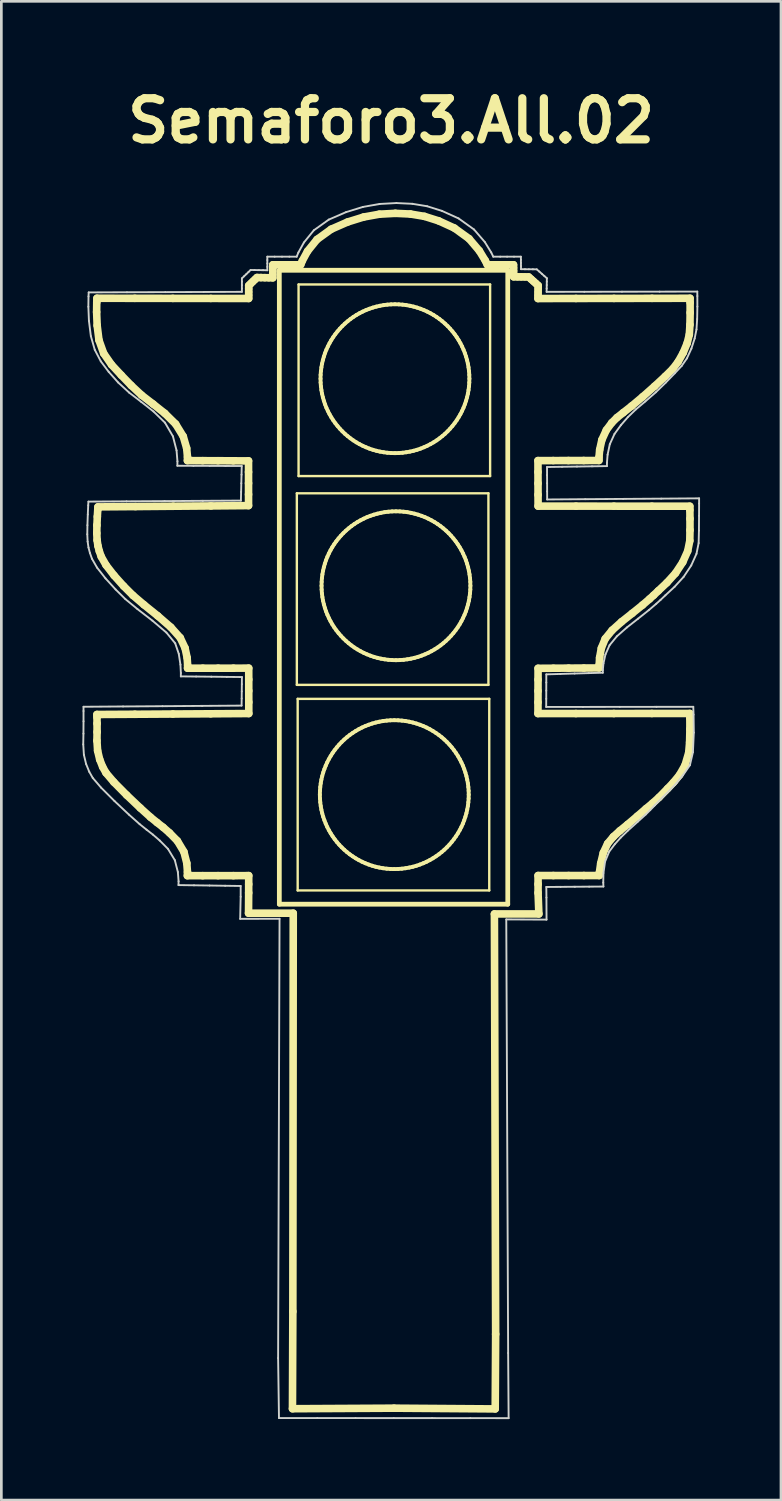
<source format=kicad_pcb>
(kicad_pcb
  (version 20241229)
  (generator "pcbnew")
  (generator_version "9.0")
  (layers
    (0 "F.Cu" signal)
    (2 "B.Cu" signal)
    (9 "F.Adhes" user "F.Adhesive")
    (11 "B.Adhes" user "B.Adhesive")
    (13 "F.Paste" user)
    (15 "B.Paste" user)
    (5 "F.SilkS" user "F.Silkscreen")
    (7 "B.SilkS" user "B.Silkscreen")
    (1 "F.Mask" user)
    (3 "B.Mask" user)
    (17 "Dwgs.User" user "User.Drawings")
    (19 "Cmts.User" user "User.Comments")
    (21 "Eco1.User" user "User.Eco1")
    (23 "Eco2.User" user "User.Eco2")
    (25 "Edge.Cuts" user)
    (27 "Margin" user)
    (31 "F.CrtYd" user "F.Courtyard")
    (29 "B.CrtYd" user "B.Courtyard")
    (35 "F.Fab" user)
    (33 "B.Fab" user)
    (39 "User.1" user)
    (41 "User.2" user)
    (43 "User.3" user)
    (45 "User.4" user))
  (footprint "Semaforo3.All.02"
    (layer "F.Cu")
    (at 11.445 26.991)
    (property "Reference" "Semaforo3.All.02" (at 0 -25.565 0) (layer "F.SilkS") (effects (font (size 1.524 1.524) (thickness 0.305))))
    (attr smd)
    (fp_line (start -10.914 -18.478) (end -10.894 -17.977) (stroke (width 0.281) (type solid)) (layer "F.SilkS"))
    (fp_line (start -10.909 -18.845) (end -10.914 -18.478) (stroke (width 0.281) (type solid)) (layer "F.SilkS"))
    (fp_line (start -10.908 -10.282) (end -10.896 -10.022) (stroke (width 0.281) (type solid)) (layer "F.SilkS"))
    (fp_line (start -10.903 -3.562) (end -10.901 -3.467) (stroke (width 0.281) (type solid)) (layer "F.SilkS"))
    (fp_line (start -10.903 -18.987) (end -10.909 -18.845) (stroke (width 0.281) (type solid)) (layer "F.SilkS"))
    (fp_line (start -10.903 -10.575) (end -10.908 -10.282) (stroke (width 0.281) (type solid)) (layer "F.SilkS"))
    (fp_line (start -10.902 -2.592) (end -10.878 -2.221) (stroke (width 0.281) (type solid)) (layer "F.SilkS"))
    (fp_line (start -10.901 -3.467) (end -10.898 -3.229) (stroke (width 0.281) (type solid)) (layer "F.SilkS"))
    (fp_line (start -10.898 -3.229) (end -10.897 -2.915) (stroke (width 0.281) (type solid)) (layer "F.SilkS"))
    (fp_line (start -10.897 -2.915) (end -10.902 -2.592) (stroke (width 0.281) (type solid)) (layer "F.SilkS"))
    (fp_line (start -10.896 -10.022) (end -10.865 -9.81) (stroke (width 0.281) (type solid)) (layer "F.SilkS"))
    (fp_line (start -10.894 -17.977) (end -10.827 -17.433) (stroke (width 0.281) (type solid)) (layer "F.SilkS"))
    (fp_line (start -10.888 -10.894) (end -10.903 -10.575) (stroke (width 0.281) (type solid)) (layer "F.SilkS"))
    (fp_line (start -10.878 -2.221) (end -10.8 -1.894) (stroke (width 0.281) (type solid)) (layer "F.SilkS"))
    (fp_line (start -10.872 -11.15) (end -10.888 -10.894) (stroke (width 0.281) (type solid)) (layer "F.SilkS"))
    (fp_line (start -10.865 -9.81) (end -10.815 -9.616) (stroke (width 0.281) (type solid)) (layer "F.SilkS"))
    (fp_line (start -10.865 -11.256) (end -10.872 -11.15) (stroke (width 0.281) (type solid)) (layer "F.SilkS"))
    (fp_line (start -10.827 -17.433) (end -10.652 -16.944) (stroke (width 0.281) (type solid)) (layer "F.SilkS"))
    (fp_line (start -10.815 -9.616) (end -10.744 -9.413) (stroke (width 0.281) (type solid)) (layer "F.SilkS"))
    (fp_line (start -10.8 -1.894) (end -10.69 -1.618) (stroke (width 0.281) (type solid)) (layer "F.SilkS"))
    (fp_line (start -10.744 -9.413) (end -10.566 -9.099) (stroke (width 0.281) (type solid)) (layer "F.SilkS"))
    (fp_line (start -10.69 -1.618) (end -10.567 -1.399) (stroke (width 0.281) (type solid)) (layer "F.SilkS"))
    (fp_line (start -10.652 -16.944) (end -10.36 -16.523) (stroke (width 0.281) (type solid)) (layer "F.SilkS"))
    (fp_line (start -10.567 -1.399) (end -10.276 -1.056) (stroke (width 0.281) (type solid)) (layer "F.SilkS"))
    (fp_line (start -10.566 -9.099) (end -10.268 -8.715) (stroke (width 0.281) (type solid)) (layer "F.SilkS"))
    (fp_line (start -10.36 -16.523) (end -10.002 -16.138) (stroke (width 0.281) (type solid)) (layer "F.SilkS"))
    (fp_line (start -10.276 -1.056) (end -9.8 -0.575) (stroke (width 0.281) (type solid)) (layer "F.SilkS"))
    (fp_line (start -10.268 -8.715) (end -9.914 -8.321) (stroke (width 0.281) (type solid)) (layer "F.SilkS"))
    (fp_line (start -10.002 -16.138) (end -9.633 -15.756) (stroke (width 0.281) (type solid)) (layer "F.SilkS"))
    (fp_line (start -9.914 -8.321) (end -9.567 -7.975) (stroke (width 0.281) (type solid)) (layer "F.SilkS"))
    (fp_line (start -9.8 -0.575) (end -9.295 -0.095) (stroke (width 0.281) (type solid)) (layer "F.SilkS"))
    (fp_line (start -9.633 -15.756) (end -9.246 -15.395) (stroke (width 0.281) (type solid)) (layer "F.SilkS"))
    (fp_line (start -9.567 -7.975) (end -9.157 -7.626) (stroke (width 0.281) (type solid)) (layer "F.SilkS"))
    (fp_line (start -9.497 -18.985) (end -10.903 -18.987) (stroke (width 0.281) (type solid)) (layer "F.SilkS"))
    (fp_line (start -9.496 -3.57) (end -10.903 -3.562) (stroke (width 0.281) (type solid)) (layer "F.SilkS"))
    (fp_line (start -9.47 -11.267) (end -10.865 -11.256) (stroke (width 0.281) (type solid)) (layer "F.SilkS"))
    (fp_line (start -9.295 -0.095) (end -8.917 0.246) (stroke (width 0.281) (type solid)) (layer "F.SilkS"))
    (fp_line (start -9.246 -15.395) (end -8.82 -15.066) (stroke (width 0.281) (type solid)) (layer "F.SilkS"))
    (fp_line (start -9.157 -7.626) (end -8.651 -7.218) (stroke (width 0.281) (type solid)) (layer "F.SilkS"))
    (fp_line (start -8.917 0.246) (end -8.675 0.442) (stroke (width 0.281) (type solid)) (layer "F.SilkS"))
    (fp_line (start -8.82 -15.066) (end -8.388 -14.723) (stroke (width 0.281) (type solid)) (layer "F.SilkS"))
    (fp_line (start -8.675 0.442) (end -8.451 0.618) (stroke (width 0.281) (type solid)) (layer "F.SilkS"))
    (fp_line (start -8.651 -7.218) (end -8.164 -6.795) (stroke (width 0.281) (type solid)) (layer "F.SilkS"))
    (fp_line (start -8.451 0.618) (end -8.211 0.827) (stroke (width 0.281) (type solid)) (layer "F.SilkS"))
    (fp_line (start -8.388 -14.723) (end -7.985 -14.326) (stroke (width 0.281) (type solid)) (layer "F.SilkS"))
    (fp_line (start -8.211 0.827) (end -7.921 1.124) (stroke (width 0.281) (type solid)) (layer "F.SilkS"))
    (fp_line (start -8.164 -6.795) (end -7.815 -6.405) (stroke (width 0.281) (type solid)) (layer "F.SilkS"))
    (fp_line (start -8.09 -18.983) (end -9.497 -18.985) (stroke (width 0.281) (type solid)) (layer "F.SilkS"))
    (fp_line (start -8.089 -3.579) (end -9.496 -3.57) (stroke (width 0.281) (type solid)) (layer "F.SilkS"))
    (fp_line (start -8.075 -11.279) (end -9.47 -11.267) (stroke (width 0.281) (type solid)) (layer "F.SilkS"))
    (fp_line (start -7.985 -14.326) (end -7.703 -13.866) (stroke (width 0.281) (type solid)) (layer "F.SilkS"))
    (fp_line (start -7.921 1.124) (end -7.679 1.528) (stroke (width 0.281) (type solid)) (layer "F.SilkS"))
    (fp_line (start -7.815 -6.405) (end -7.637 -6.027) (stroke (width 0.281) (type solid)) (layer "F.SilkS"))
    (fp_line (start -7.703 -13.866) (end -7.577 -13.428) (stroke (width 0.281) (type solid)) (layer "F.SilkS"))
    (fp_line (start -7.679 1.528) (end -7.572 1.948) (stroke (width 0.281) (type solid)) (layer "F.SilkS"))
    (fp_line (start -7.637 -6.027) (end -7.559 -5.662) (stroke (width 0.281) (type solid)) (layer "F.SilkS"))
    (fp_line (start -7.577 -13.428) (end -7.546 -13.1) (stroke (width 0.281) (type solid)) (layer "F.SilkS"))
    (fp_line (start -7.572 1.948) (end -7.547 2.279) (stroke (width 0.281) (type solid)) (layer "F.SilkS"))
    (fp_line (start -7.559 -5.662) (end -7.541 -5.386) (stroke (width 0.281) (type solid)) (layer "F.SilkS"))
    (fp_line (start -7.551 2.412) (end -6.982 2.412) (stroke (width 0.281) (type solid)) (layer "F.SilkS"))
    (fp_line (start -7.549 -12.971) (end -6.983 -12.968) (stroke (width 0.281) (type solid)) (layer "F.SilkS"))
    (fp_line (start -7.547 2.279) (end -7.551 2.412) (stroke (width 0.281) (type solid)) (layer "F.SilkS"))
    (fp_line (start -7.546 -13.1) (end -7.549 -12.971) (stroke (width 0.281) (type solid)) (layer "F.SilkS"))
    (fp_line (start -7.544 -5.277) (end -6.977 -5.277) (stroke (width 0.281) (type solid)) (layer "F.SilkS"))
    (fp_line (start -7.541 -5.386) (end -7.544 -5.277) (stroke (width 0.281) (type solid)) (layer "F.SilkS"))
    (fp_line (start -6.983 -12.968) (end -6.416 -12.966) (stroke (width 0.281) (type solid)) (layer "F.SilkS"))
    (fp_line (start -6.982 2.412) (end -6.414 2.411) (stroke (width 0.281) (type solid)) (layer "F.SilkS"))
    (fp_line (start -6.977 -5.277) (end -6.411 -5.278) (stroke (width 0.281) (type solid)) (layer "F.SilkS"))
    (fp_line (start -6.684 -18.981) (end -8.09 -18.983) (stroke (width 0.281) (type solid)) (layer "F.SilkS"))
    (fp_line (start -6.682 -3.588) (end -8.089 -3.579) (stroke (width 0.281) (type solid)) (layer "F.SilkS"))
    (fp_line (start -6.679 -11.291) (end -8.075 -11.279) (stroke (width 0.281) (type solid)) (layer "F.SilkS"))
    (fp_line (start -6.416 -12.966) (end -5.85 -12.963) (stroke (width 0.281) (type solid)) (layer "F.SilkS"))
    (fp_line (start -6.414 2.411) (end -5.846 2.411) (stroke (width 0.281) (type solid)) (layer "F.SilkS"))
    (fp_line (start -6.411 -5.278) (end -5.844 -5.278) (stroke (width 0.281) (type solid)) (layer "F.SilkS"))
    (fp_line (start -5.85 -12.963) (end -5.284 -12.961) (stroke (width 0.281) (type solid)) (layer "F.SilkS"))
    (fp_line (start -5.846 2.411) (end -5.277 2.41) (stroke (width 0.281) (type solid)) (layer "F.SilkS"))
    (fp_line (start -5.844 -5.278) (end -5.277 -5.279) (stroke (width 0.281) (type solid)) (layer "F.SilkS"))
    (fp_line (start -5.284 3.802) (end -3.627 3.803) (stroke (width 0.281) (type solid)) (layer "F.SilkS"))
    (fp_line (start -5.284 -12.961) (end -5.284 -12.547) (stroke (width 0.281) (type solid)) (layer "F.SilkS"))
    (fp_line (start -5.284 -12.547) (end -5.284 -12.132) (stroke (width 0.281) (type solid)) (layer "F.SilkS"))
    (fp_line (start -5.284 -12.132) (end -5.284 -11.717) (stroke (width 0.281) (type solid)) (layer "F.SilkS"))
    (fp_line (start -5.284 -11.717) (end -5.284 -11.303) (stroke (width 0.281) (type solid)) (layer "F.SilkS"))
    (fp_line (start -5.284 -11.303) (end -6.679 -11.291) (stroke (width 0.281) (type solid)) (layer "F.SilkS"))
    (fp_line (start -5.279 3.049) (end -5.284 3.802) (stroke (width 0.281) (type solid)) (layer "F.SilkS"))
    (fp_line (start -5.278 2.729) (end -5.279 3.049) (stroke (width 0.281) (type solid)) (layer "F.SilkS"))
    (fp_line (start -5.278 -19.458) (end -5.278 -19.338) (stroke (width 0.281) (type solid)) (layer "F.SilkS"))
    (fp_line (start -5.278 -19.338) (end -5.278 -19.218) (stroke (width 0.281) (type solid)) (layer "F.SilkS"))
    (fp_line (start -5.278 -19.218) (end -5.278 -19.099) (stroke (width 0.281) (type solid)) (layer "F.SilkS"))
    (fp_line (start -5.278 -19.099) (end -5.278 -18.979) (stroke (width 0.281) (type solid)) (layer "F.SilkS"))
    (fp_line (start -5.278 -18.979) (end -6.684 -18.981) (stroke (width 0.281) (type solid)) (layer "F.SilkS"))
    (fp_line (start -5.277 2.41) (end -5.278 2.729) (stroke (width 0.281) (type solid)) (layer "F.SilkS"))
    (fp_line (start -5.277 -5.279) (end -5.276 -4.858) (stroke (width 0.281) (type solid)) (layer "F.SilkS"))
    (fp_line (start -5.276 -4.858) (end -5.276 -4.438) (stroke (width 0.281) (type solid)) (layer "F.SilkS"))
    (fp_line (start -5.276 -4.438) (end -5.275 -4.018) (stroke (width 0.281) (type solid)) (layer "F.SilkS"))
    (fp_line (start -5.275 -4.018) (end -5.275 -3.597) (stroke (width 0.281) (type solid)) (layer "F.SilkS"))
    (fp_line (start -5.275 -3.597) (end -6.682 -3.588) (stroke (width 0.281) (type solid)) (layer "F.SilkS"))
    (fp_line (start -5.201 -19.532) (end -5.278 -19.458) (stroke (width 0.281) (type solid)) (layer "F.SilkS"))
    (fp_line (start -5.125 -19.607) (end -5.201 -19.532) (stroke (width 0.281) (type solid)) (layer "F.SilkS"))
    (fp_line (start -5.048 -19.681) (end -5.125 -19.607) (stroke (width 0.281) (type solid)) (layer "F.SilkS"))
    (fp_line (start -4.971 -19.756) (end -5.048 -19.681) (stroke (width 0.281) (type solid)) (layer "F.SilkS"))
    (fp_line (start -4.825 -19.753) (end -4.971 -19.756) (stroke (width 0.281) (type solid)) (layer "F.SilkS"))
    (fp_line (start -4.678 -19.75) (end -4.825 -19.753) (stroke (width 0.281) (type solid)) (layer "F.SilkS"))
    (fp_line (start -4.531 -19.748) (end -4.678 -19.75) (stroke (width 0.281) (type solid)) (layer "F.SilkS"))
    (fp_line (start -4.384 -20.228) (end -4.384 -20.108) (stroke (width 0.281) (type solid)) (layer "F.SilkS"))
    (fp_line (start -4.384 -20.108) (end -4.384 -19.987) (stroke (width 0.281) (type solid)) (layer "F.SilkS"))
    (fp_line (start -4.384 -19.987) (end -4.384 -19.866) (stroke (width 0.281) (type solid)) (layer "F.SilkS"))
    (fp_line (start -4.384 -19.866) (end -4.384 -19.745) (stroke (width 0.281) (type solid)) (layer "F.SilkS"))
    (fp_line (start -4.384 -19.745) (end -4.531 -19.748) (stroke (width 0.281) (type solid)) (layer "F.SilkS"))
    (fp_line (start -4.143 -20.025) (end 4.323 -20.025) (stroke (width 0.176) (type solid)) (layer "F.SilkS"))
    (fp_line (start -4.143 3.469) (end -4.143 -20.025) (stroke (width 0.176) (type solid)) (layer "F.SilkS"))
    (fp_line (start -4.126 -20.228) (end -4.384 -20.228) (stroke (width 0.281) (type solid)) (layer "F.SilkS"))
    (fp_line (start -3.868 -20.228) (end -4.126 -20.228) (stroke (width 0.281) (type solid)) (layer "F.SilkS"))
    (fp_line (start -3.656 22.167) (end 0.107 22.147) (stroke (width 0.281) (type solid)) (layer "F.SilkS"))
    (fp_line (start -3.642 18.563) (end -3.656 22.167) (stroke (width 0.281) (type solid)) (layer "F.SilkS"))
    (fp_line (start -3.627 3.803) (end -3.642 18.563) (stroke (width 0.281) (type solid)) (layer "F.SilkS"))
    (fp_line (start -3.609 -20.228) (end -3.868 -20.228) (stroke (width 0.281) (type solid)) (layer "F.SilkS"))
    (fp_line (start -3.494 -11.759) (end 3.606 -11.759) (stroke (width 0.088) (type solid)) (layer "F.SilkS"))
    (fp_line (start -3.494 -4.66) (end -3.494 -11.759) (stroke (width 0.088) (type solid)) (layer "F.SilkS"))
    (fp_line (start -3.463 -4.141) (end 3.637 -4.141) (stroke (width 0.088) (type solid)) (layer "F.SilkS"))
    (fp_line (start -3.463 2.959) (end -3.463 -4.141) (stroke (width 0.088) (type solid)) (layer "F.SilkS"))
    (fp_line (start -3.43 -19.498) (end 3.669 -19.498) (stroke (width 0.088) (type solid)) (layer "F.SilkS"))
    (fp_line (start -3.43 -12.398) (end -3.43 -19.498) (stroke (width 0.088) (type solid)) (layer "F.SilkS"))
    (fp_line (start -3.351 -20.228) (end -3.609 -20.228) (stroke (width 0.281) (type solid)) (layer "F.SilkS"))
    (fp_line (start -3.291 -20.376) (end -3.351 -20.228) (stroke (width 0.281) (type solid)) (layer "F.SilkS"))
    (fp_line (start -3.097 -20.732) (end -3.291 -20.376) (stroke (width 0.281) (type solid)) (layer "F.SilkS"))
    (fp_line (start -2.747 -21.166) (end -3.097 -20.732) (stroke (width 0.281) (type solid)) (layer "F.SilkS"))
    (fp_line (start -2.641 -0.591) (end -2.637 -0.733) (stroke (width 0.144) (type solid)) (layer "F.SilkS"))
    (fp_line (start -2.637 -0.733) (end -2.626 -0.873) (stroke (width 0.144) (type solid)) (layer "F.SilkS"))
    (fp_line (start -2.637 -0.449) (end -2.641 -0.591) (stroke (width 0.144) (type solid)) (layer "F.SilkS"))
    (fp_line (start -2.626 -0.873) (end -2.609 -1.011) (stroke (width 0.144) (type solid)) (layer "F.SilkS"))
    (fp_line (start -2.626 -0.309) (end -2.637 -0.449) (stroke (width 0.144) (type solid)) (layer "F.SilkS"))
    (fp_line (start -2.616 -16.006) (end -2.613 -16.148) (stroke (width 0.144) (type solid)) (layer "F.SilkS"))
    (fp_line (start -2.613 -16.148) (end -2.602 -16.288) (stroke (width 0.144) (type solid)) (layer "F.SilkS"))
    (fp_line (start -2.613 -15.864) (end -2.616 -16.006) (stroke (width 0.144) (type solid)) (layer "F.SilkS"))
    (fp_line (start -2.609 -1.011) (end -2.585 -1.147) (stroke (width 0.144) (type solid)) (layer "F.SilkS"))
    (fp_line (start -2.609 -0.171) (end -2.626 -0.309) (stroke (width 0.144) (type solid)) (layer "F.SilkS"))
    (fp_line (start -2.602 -16.288) (end -2.584 -16.426) (stroke (width 0.144) (type solid)) (layer "F.SilkS"))
    (fp_line (start -2.602 -15.724) (end -2.613 -15.864) (stroke (width 0.144) (type solid)) (layer "F.SilkS"))
    (fp_line (start -2.585 -1.147) (end -2.554 -1.28) (stroke (width 0.144) (type solid)) (layer "F.SilkS"))
    (fp_line (start -2.585 -0.035) (end -2.609 -0.171) (stroke (width 0.144) (type solid)) (layer "F.SilkS"))
    (fp_line (start -2.584 -16.426) (end -2.56 -16.562) (stroke (width 0.144) (type solid)) (layer "F.SilkS"))
    (fp_line (start -2.584 -15.586) (end -2.602 -15.724) (stroke (width 0.144) (type solid)) (layer "F.SilkS"))
    (fp_line (start -2.579 -8.333) (end -2.575 -8.475) (stroke (width 0.144) (type solid)) (layer "F.SilkS"))
    (fp_line (start -2.575 -8.475) (end -2.565 -8.615) (stroke (width 0.144) (type solid)) (layer "F.SilkS"))
    (fp_line (start -2.575 -8.191) (end -2.579 -8.333) (stroke (width 0.144) (type solid)) (layer "F.SilkS"))
    (fp_line (start -2.565 -8.615) (end -2.547 -8.753) (stroke (width 0.144) (type solid)) (layer "F.SilkS"))
    (fp_line (start -2.565 -8.051) (end -2.575 -8.191) (stroke (width 0.144) (type solid)) (layer "F.SilkS"))
    (fp_line (start -2.56 -16.562) (end -2.529 -16.696) (stroke (width 0.144) (type solid)) (layer "F.SilkS"))
    (fp_line (start -2.56 -15.45) (end -2.584 -15.586) (stroke (width 0.144) (type solid)) (layer "F.SilkS"))
    (fp_line (start -2.554 -1.28) (end -2.517 -1.411) (stroke (width 0.144) (type solid)) (layer "F.SilkS"))
    (fp_line (start -2.554 0.098) (end -2.585 -0.035) (stroke (width 0.144) (type solid)) (layer "F.SilkS"))
    (fp_line (start -2.547 -8.753) (end -2.523 -8.889) (stroke (width 0.144) (type solid)) (layer "F.SilkS"))
    (fp_line (start -2.547 -7.913) (end -2.565 -8.051) (stroke (width 0.144) (type solid)) (layer "F.SilkS"))
    (fp_line (start -2.529 -16.696) (end -2.492 -16.827) (stroke (width 0.144) (type solid)) (layer "F.SilkS"))
    (fp_line (start -2.529 -15.317) (end -2.56 -15.45) (stroke (width 0.144) (type solid)) (layer "F.SilkS"))
    (fp_line (start -2.523 -8.889) (end -2.492 -9.022) (stroke (width 0.144) (type solid)) (layer "F.SilkS"))
    (fp_line (start -2.523 -7.777) (end -2.547 -7.913) (stroke (width 0.144) (type solid)) (layer "F.SilkS"))
    (fp_line (start -2.517 -1.411) (end -2.473 -1.539) (stroke (width 0.144) (type solid)) (layer "F.SilkS"))
    (fp_line (start -2.517 0.229) (end -2.554 0.098) (stroke (width 0.144) (type solid)) (layer "F.SilkS"))
    (fp_line (start -2.492 -16.827) (end -2.449 -16.955) (stroke (width 0.144) (type solid)) (layer "F.SilkS"))
    (fp_line (start -2.492 -15.186) (end -2.529 -15.317) (stroke (width 0.144) (type solid)) (layer "F.SilkS"))
    (fp_line (start -2.492 -9.022) (end -2.455 -9.153) (stroke (width 0.144) (type solid)) (layer "F.SilkS"))
    (fp_line (start -2.492 -7.643) (end -2.523 -7.777) (stroke (width 0.144) (type solid)) (layer "F.SilkS"))
    (fp_line (start -2.473 -1.539) (end -2.424 -1.665) (stroke (width 0.144) (type solid)) (layer "F.SilkS"))
    (fp_line (start -2.473 0.357) (end -2.517 0.229) (stroke (width 0.144) (type solid)) (layer "F.SilkS"))
    (fp_line (start -2.455 -9.153) (end -2.412 -9.281) (stroke (width 0.144) (type solid)) (layer "F.SilkS"))
    (fp_line (start -2.455 -7.512) (end -2.492 -7.643) (stroke (width 0.144) (type solid)) (layer "F.SilkS"))
    (fp_line (start -2.449 -16.955) (end -2.4 -17.08) (stroke (width 0.144) (type solid)) (layer "F.SilkS"))
    (fp_line (start -2.449 -15.058) (end -2.492 -15.186) (stroke (width 0.144) (type solid)) (layer "F.SilkS"))
    (fp_line (start -2.424 -1.665) (end -2.369 -1.787) (stroke (width 0.144) (type solid)) (layer "F.SilkS"))
    (fp_line (start -2.424 0.483) (end -2.473 0.357) (stroke (width 0.144) (type solid)) (layer "F.SilkS"))
    (fp_line (start -2.412 -9.281) (end -2.362 -9.407) (stroke (width 0.144) (type solid)) (layer "F.SilkS"))
    (fp_line (start -2.412 -7.384) (end -2.455 -7.512) (stroke (width 0.144) (type solid)) (layer "F.SilkS"))
    (fp_line (start -2.4 -17.08) (end -2.344 -17.202) (stroke (width 0.144) (type solid)) (layer "F.SilkS"))
    (fp_line (start -2.4 -14.933) (end -2.449 -15.058) (stroke (width 0.144) (type solid)) (layer "F.SilkS"))
    (fp_line (start -2.369 -1.787) (end -2.308 -1.906) (stroke (width 0.144) (type solid)) (layer "F.SilkS"))
    (fp_line (start -2.369 0.605) (end -2.424 0.483) (stroke (width 0.144) (type solid)) (layer "F.SilkS"))
    (fp_line (start -2.362 -9.407) (end -2.307 -9.529) (stroke (width 0.144) (type solid)) (layer "F.SilkS"))
    (fp_line (start -2.362 -7.259) (end -2.412 -7.384) (stroke (width 0.144) (type solid)) (layer "F.SilkS"))
    (fp_line (start -2.344 -17.202) (end -2.283 -17.321) (stroke (width 0.144) (type solid)) (layer "F.SilkS"))
    (fp_line (start -2.344 -14.81) (end -2.4 -14.933) (stroke (width 0.144) (type solid)) (layer "F.SilkS"))
    (fp_line (start -2.308 -1.906) (end -2.241 -2.021) (stroke (width 0.144) (type solid)) (layer "F.SilkS"))
    (fp_line (start -2.308 0.724) (end -2.369 0.605) (stroke (width 0.144) (type solid)) (layer "F.SilkS"))
    (fp_line (start -2.307 -9.529) (end -2.246 -9.648) (stroke (width 0.144) (type solid)) (layer "F.SilkS"))
    (fp_line (start -2.307 -7.137) (end -2.362 -7.259) (stroke (width 0.144) (type solid)) (layer "F.SilkS"))
    (fp_line (start -2.283 -17.321) (end -2.217 -17.437) (stroke (width 0.144) (type solid)) (layer "F.SilkS"))
    (fp_line (start -2.283 -14.691) (end -2.344 -14.81) (stroke (width 0.144) (type solid)) (layer "F.SilkS"))
    (fp_line (start -2.246 -9.648) (end -2.18 -9.763) (stroke (width 0.144) (type solid)) (layer "F.SilkS"))
    (fp_line (start -2.246 -7.018) (end -2.307 -7.137) (stroke (width 0.144) (type solid)) (layer "F.SilkS"))
    (fp_line (start -2.241 -2.021) (end -2.17 -2.133) (stroke (width 0.144) (type solid)) (layer "F.SilkS"))
    (fp_line (start -2.241 0.839) (end -2.308 0.724) (stroke (width 0.144) (type solid)) (layer "F.SilkS"))
    (fp_line (start -2.221 -21.546) (end -2.747 -21.166) (stroke (width 0.281) (type solid)) (layer "F.SilkS"))
    (fp_line (start -2.217 -17.437) (end -2.145 -17.549) (stroke (width 0.144) (type solid)) (layer "F.SilkS"))
    (fp_line (start -2.217 -14.576) (end -2.283 -14.691) (stroke (width 0.144) (type solid)) (layer "F.SilkS"))
    (fp_line (start -2.18 -9.763) (end -2.108 -9.875) (stroke (width 0.144) (type solid)) (layer "F.SilkS"))
    (fp_line (start -2.18 -6.902) (end -2.246 -7.018) (stroke (width 0.144) (type solid)) (layer "F.SilkS"))
    (fp_line (start -2.17 -2.133) (end -2.093 -2.241) (stroke (width 0.144) (type solid)) (layer "F.SilkS"))
    (fp_line (start -2.17 0.951) (end -2.241 0.839) (stroke (width 0.144) (type solid)) (layer "F.SilkS"))
    (fp_line (start -2.145 -17.549) (end -2.068 -17.657) (stroke (width 0.144) (type solid)) (layer "F.SilkS"))
    (fp_line (start -2.145 -14.464) (end -2.217 -14.576) (stroke (width 0.144) (type solid)) (layer "F.SilkS"))
    (fp_line (start -2.108 -9.875) (end -2.031 -9.983) (stroke (width 0.144) (type solid)) (layer "F.SilkS"))
    (fp_line (start -2.108 -6.79) (end -2.18 -6.902) (stroke (width 0.144) (type solid)) (layer "F.SilkS"))
    (fp_line (start -2.093 -2.241) (end -2.011 -2.346) (stroke (width 0.144) (type solid)) (layer "F.SilkS"))
    (fp_line (start -2.093 1.059) (end -2.17 0.951) (stroke (width 0.144) (type solid)) (layer "F.SilkS"))
    (fp_line (start -2.068 -17.657) (end -1.986 -17.761) (stroke (width 0.144) (type solid)) (layer "F.SilkS"))
    (fp_line (start -2.068 -14.356) (end -2.145 -14.464) (stroke (width 0.144) (type solid)) (layer "F.SilkS"))
    (fp_line (start -2.031 -9.983) (end -1.949 -10.087) (stroke (width 0.144) (type solid)) (layer "F.SilkS"))
    (fp_line (start -2.031 -6.682) (end -2.108 -6.79) (stroke (width 0.144) (type solid)) (layer "F.SilkS"))
    (fp_line (start -2.011 -2.346) (end -1.924 -2.446) (stroke (width 0.144) (type solid)) (layer "F.SilkS"))
    (fp_line (start -2.011 1.164) (end -2.093 1.059) (stroke (width 0.144) (type solid)) (layer "F.SilkS"))
    (fp_line (start -1.986 -17.761) (end -1.9 -17.861) (stroke (width 0.144) (type solid)) (layer "F.SilkS"))
    (fp_line (start -1.986 -14.252) (end -2.068 -14.356) (stroke (width 0.144) (type solid)) (layer "F.SilkS"))
    (fp_line (start -1.949 -10.087) (end -1.862 -10.188) (stroke (width 0.144) (type solid)) (layer "F.SilkS"))
    (fp_line (start -1.949 -6.578) (end -2.031 -6.682) (stroke (width 0.144) (type solid)) (layer "F.SilkS"))
    (fp_line (start -1.924 -2.446) (end -1.833 -2.542) (stroke (width 0.144) (type solid)) (layer "F.SilkS"))
    (fp_line (start -1.924 1.264) (end -2.011 1.164) (stroke (width 0.144) (type solid)) (layer "F.SilkS"))
    (fp_line (start -1.9 -17.861) (end -1.808 -17.957) (stroke (width 0.144) (type solid)) (layer "F.SilkS"))
    (fp_line (start -1.9 -14.152) (end -1.986 -14.252) (stroke (width 0.144) (type solid)) (layer "F.SilkS"))
    (fp_line (start -1.862 -10.188) (end -1.771 -10.283) (stroke (width 0.144) (type solid)) (layer "F.SilkS"))
    (fp_line (start -1.862 -6.478) (end -1.949 -6.578) (stroke (width 0.144) (type solid)) (layer "F.SilkS"))
    (fp_line (start -1.833 -2.542) (end -1.737 -2.633) (stroke (width 0.144) (type solid)) (layer "F.SilkS"))
    (fp_line (start -1.833 1.36) (end -1.924 1.264) (stroke (width 0.144) (type solid)) (layer "F.SilkS"))
    (fp_line (start -1.808 -17.957) (end -1.713 -18.048) (stroke (width 0.144) (type solid)) (layer "F.SilkS"))
    (fp_line (start -1.808 -14.056) (end -1.9 -14.152) (stroke (width 0.144) (type solid)) (layer "F.SilkS"))
    (fp_line (start -1.771 -10.283) (end -1.675 -10.375) (stroke (width 0.144) (type solid)) (layer "F.SilkS"))
    (fp_line (start -1.771 -6.382) (end -1.862 -6.478) (stroke (width 0.144) (type solid)) (layer "F.SilkS"))
    (fp_line (start -1.737 -2.633) (end -1.637 -2.72) (stroke (width 0.144) (type solid)) (layer "F.SilkS"))
    (fp_line (start -1.737 1.451) (end -1.833 1.36) (stroke (width 0.144) (type solid)) (layer "F.SilkS"))
    (fp_line (start -1.713 -18.048) (end -1.612 -18.135) (stroke (width 0.144) (type solid)) (layer "F.SilkS"))
    (fp_line (start -1.713 -13.964) (end -1.808 -14.056) (stroke (width 0.144) (type solid)) (layer "F.SilkS"))
    (fp_line (start -1.675 -10.375) (end -1.575 -10.461) (stroke (width 0.144) (type solid)) (layer "F.SilkS"))
    (fp_line (start -1.675 -6.291) (end -1.771 -6.382) (stroke (width 0.144) (type solid)) (layer "F.SilkS"))
    (fp_line (start -1.637 -2.72) (end -1.533 -2.802) (stroke (width 0.144) (type solid)) (layer "F.SilkS"))
    (fp_line (start -1.637 1.538) (end -1.737 1.451) (stroke (width 0.144) (type solid)) (layer "F.SilkS"))
    (fp_line (start -1.613 -21.813) (end -2.221 -21.546) (stroke (width 0.281) (type solid)) (layer "F.SilkS"))
    (fp_line (start -1.612 -18.135) (end -1.508 -18.217) (stroke (width 0.144) (type solid)) (layer "F.SilkS"))
    (fp_line (start -1.612 -13.878) (end -1.713 -13.964) (stroke (width 0.144) (type solid)) (layer "F.SilkS"))
    (fp_line (start -1.575 -10.461) (end -1.471 -10.543) (stroke (width 0.144) (type solid)) (layer "F.SilkS"))
    (fp_line (start -1.575 -6.204) (end -1.675 -6.291) (stroke (width 0.144) (type solid)) (layer "F.SilkS"))
    (fp_line (start -1.533 -2.802) (end -1.424 -2.878) (stroke (width 0.144) (type solid)) (layer "F.SilkS"))
    (fp_line (start -1.533 1.62) (end -1.637 1.538) (stroke (width 0.144) (type solid)) (layer "F.SilkS"))
    (fp_line (start -1.508 -18.217) (end -1.4 -18.294) (stroke (width 0.144) (type solid)) (layer "F.SilkS"))
    (fp_line (start -1.508 -13.796) (end -1.612 -13.878) (stroke (width 0.144) (type solid)) (layer "F.SilkS"))
    (fp_line (start -1.471 -10.543) (end -1.363 -10.62) (stroke (width 0.144) (type solid)) (layer "F.SilkS"))
    (fp_line (start -1.471 -6.122) (end -1.575 -6.204) (stroke (width 0.144) (type solid)) (layer "F.SilkS"))
    (fp_line (start -1.424 1.696) (end -1.533 1.62) (stroke (width 0.144) (type solid)) (layer "F.SilkS"))
    (fp_line (start -1.424 -2.878) (end -1.313 -2.95) (stroke (width 0.144) (type solid)) (layer "F.SilkS"))
    (fp_line (start -1.4 -13.719) (end -1.508 -13.796) (stroke (width 0.144) (type solid)) (layer "F.SilkS"))
    (fp_line (start -1.4 -18.294) (end -1.288 -18.366) (stroke (width 0.144) (type solid)) (layer "F.SilkS"))
    (fp_line (start -1.363 -6.045) (end -1.471 -6.122) (stroke (width 0.144) (type solid)) (layer "F.SilkS"))
    (fp_line (start -1.363 -10.62) (end -1.251 -10.692) (stroke (width 0.144) (type solid)) (layer "F.SilkS"))
    (fp_line (start -1.313 -2.95) (end -1.197 -3.017) (stroke (width 0.144) (type solid)) (layer "F.SilkS"))
    (fp_line (start -1.313 1.768) (end -1.424 1.696) (stroke (width 0.144) (type solid)) (layer "F.SilkS"))
    (fp_line (start -1.288 -18.366) (end -1.173 -18.432) (stroke (width 0.144) (type solid)) (layer "F.SilkS"))
    (fp_line (start -1.288 -13.647) (end -1.4 -13.719) (stroke (width 0.144) (type solid)) (layer "F.SilkS"))
    (fp_line (start -1.251 -10.692) (end -1.135 -10.758) (stroke (width 0.144) (type solid)) (layer "F.SilkS"))
    (fp_line (start -1.251 -5.974) (end -1.363 -6.045) (stroke (width 0.144) (type solid)) (layer "F.SilkS"))
    (fp_line (start -1.197 -3.017) (end -1.078 -3.078) (stroke (width 0.144) (type solid)) (layer "F.SilkS"))
    (fp_line (start -1.197 1.835) (end -1.313 1.768) (stroke (width 0.144) (type solid)) (layer "F.SilkS"))
    (fp_line (start -1.173 -18.432) (end -1.054 -18.493) (stroke (width 0.144) (type solid)) (layer "F.SilkS"))
    (fp_line (start -1.173 -13.581) (end -1.288 -13.647) (stroke (width 0.144) (type solid)) (layer "F.SilkS"))
    (fp_line (start -1.135 -10.758) (end -1.016 -10.819) (stroke (width 0.144) (type solid)) (layer "F.SilkS"))
    (fp_line (start -1.135 -5.907) (end -1.251 -5.974) (stroke (width 0.144) (type solid)) (layer "F.SilkS"))
    (fp_line (start -1.078 -3.078) (end -0.956 -3.133) (stroke (width 0.144) (type solid)) (layer "F.SilkS"))
    (fp_line (start -1.078 1.896) (end -1.197 1.835) (stroke (width 0.144) (type solid)) (layer "F.SilkS"))
    (fp_line (start -1.054 -18.493) (end -0.931 -18.548) (stroke (width 0.144) (type solid)) (layer "F.SilkS"))
    (fp_line (start -1.054 -13.52) (end -1.173 -13.581) (stroke (width 0.144) (type solid)) (layer "F.SilkS"))
    (fp_line (start -1.021 -21.997) (end -1.613 -21.813) (stroke (width 0.281) (type solid)) (layer "F.SilkS"))
    (fp_line (start -1.016 -10.819) (end -0.894 -10.875) (stroke (width 0.144) (type solid)) (layer "F.SilkS"))
    (fp_line (start -1.016 -5.846) (end -1.135 -5.907) (stroke (width 0.144) (type solid)) (layer "F.SilkS"))
    (fp_line (start -0.956 -3.133) (end -0.831 -3.182) (stroke (width 0.144) (type solid)) (layer "F.SilkS"))
    (fp_line (start -0.956 1.951) (end -1.078 1.896) (stroke (width 0.144) (type solid)) (layer "F.SilkS"))
    (fp_line (start -0.931 -18.548) (end -0.806 -18.598) (stroke (width 0.144) (type solid)) (layer "F.SilkS"))
    (fp_line (start -0.931 -13.465) (end -1.054 -13.52) (stroke (width 0.144) (type solid)) (layer "F.SilkS"))
    (fp_line (start -0.894 -10.875) (end -0.769 -10.924) (stroke (width 0.144) (type solid)) (layer "F.SilkS"))
    (fp_line (start -0.894 -5.791) (end -1.016 -5.846) (stroke (width 0.144) (type solid)) (layer "F.SilkS"))
    (fp_line (start -0.831 -3.182) (end -0.702 -3.226) (stroke (width 0.144) (type solid)) (layer "F.SilkS"))
    (fp_line (start -0.831 2) (end -0.956 1.951) (stroke (width 0.144) (type solid)) (layer "F.SilkS"))
    (fp_line (start -0.806 -18.598) (end -0.678 -18.641) (stroke (width 0.144) (type solid)) (layer "F.SilkS"))
    (fp_line (start -0.806 -13.415) (end -0.931 -13.465) (stroke (width 0.144) (type solid)) (layer "F.SilkS"))
    (fp_line (start -0.769 -10.924) (end -0.641 -10.967) (stroke (width 0.144) (type solid)) (layer "F.SilkS"))
    (fp_line (start -0.769 -5.742) (end -0.894 -5.791) (stroke (width 0.144) (type solid)) (layer "F.SilkS"))
    (fp_line (start -0.702 -3.226) (end -0.572 -3.263) (stroke (width 0.144) (type solid)) (layer "F.SilkS"))
    (fp_line (start -0.702 2.044) (end -0.831 2) (stroke (width 0.144) (type solid)) (layer "F.SilkS"))
    (fp_line (start -0.678 -18.641) (end -0.547 -18.678) (stroke (width 0.144) (type solid)) (layer "F.SilkS"))
    (fp_line (start -0.678 -13.372) (end -0.806 -13.415) (stroke (width 0.144) (type solid)) (layer "F.SilkS"))
    (fp_line (start -0.641 -10.967) (end -0.51 -11.004) (stroke (width 0.144) (type solid)) (layer "F.SilkS"))
    (fp_line (start -0.641 -5.698) (end -0.769 -5.742) (stroke (width 0.144) (type solid)) (layer "F.SilkS"))
    (fp_line (start -0.572 -3.263) (end -0.438 -3.294) (stroke (width 0.144) (type solid)) (layer "F.SilkS"))
    (fp_line (start -0.572 2.081) (end -0.702 2.044) (stroke (width 0.144) (type solid)) (layer "F.SilkS"))
    (fp_line (start -0.547 -18.678) (end -0.414 -18.709) (stroke (width 0.144) (type solid)) (layer "F.SilkS"))
    (fp_line (start -0.547 -13.335) (end -0.678 -13.372) (stroke (width 0.144) (type solid)) (layer "F.SilkS"))
    (fp_line (start -0.51 -11.004) (end -0.376 -11.035) (stroke (width 0.144) (type solid)) (layer "F.SilkS"))
    (fp_line (start -0.51 -5.661) (end -0.641 -5.698) (stroke (width 0.144) (type solid)) (layer "F.SilkS"))
    (fp_line (start -0.438 -3.294) (end -0.302 -3.318) (stroke (width 0.144) (type solid)) (layer "F.SilkS"))
    (fp_line (start -0.438 2.111) (end -0.572 2.081) (stroke (width 0.144) (type solid)) (layer "F.SilkS"))
    (fp_line (start -0.435 -22.103) (end -1.021 -21.997) (stroke (width 0.281) (type solid)) (layer "F.SilkS"))
    (fp_line (start -0.414 -18.709) (end -0.278 -18.733) (stroke (width 0.144) (type solid)) (layer "F.SilkS"))
    (fp_line (start -0.414 -13.304) (end -0.547 -13.335) (stroke (width 0.144) (type solid)) (layer "F.SilkS"))
    (fp_line (start -0.376 -11.035) (end -0.241 -11.06) (stroke (width 0.144) (type solid)) (layer "F.SilkS"))
    (fp_line (start -0.376 -5.63) (end -0.51 -5.661) (stroke (width 0.144) (type solid)) (layer "F.SilkS"))
    (fp_line (start -0.302 -3.318) (end -0.164 -3.335) (stroke (width 0.144) (type solid)) (layer "F.SilkS"))
    (fp_line (start -0.302 2.136) (end -0.438 2.111) (stroke (width 0.144) (type solid)) (layer "F.SilkS"))
    (fp_line (start -0.278 -18.733) (end -0.14 -18.751) (stroke (width 0.144) (type solid)) (layer "F.SilkS"))
    (fp_line (start -0.278 -13.28) (end -0.414 -13.304) (stroke (width 0.144) (type solid)) (layer "F.SilkS"))
    (fp_line (start -0.241 -11.06) (end -0.102 -11.077) (stroke (width 0.144) (type solid)) (layer "F.SilkS"))
    (fp_line (start -0.241 -5.606) (end -0.376 -5.63) (stroke (width 0.144) (type solid)) (layer "F.SilkS"))
    (fp_line (start -0.164 -3.335) (end -0.024 -3.346) (stroke (width 0.144) (type solid)) (layer "F.SilkS"))
    (fp_line (start -0.164 2.153) (end -0.302 2.136) (stroke (width 0.144) (type solid)) (layer "F.SilkS"))
    (fp_line (start -0.14 -18.751) (end 0.000309 -18.761) (stroke (width 0.144) (type solid)) (layer "F.SilkS"))
    (fp_line (start -0.14 -13.262) (end -0.278 -13.28) (stroke (width 0.144) (type solid)) (layer "F.SilkS"))
    (fp_line (start -0.102 -11.077) (end 0.038 -11.088) (stroke (width 0.144) (type solid)) (layer "F.SilkS"))
    (fp_line (start -0.102 -5.588) (end -0.241 -5.606) (stroke (width 0.144) (type solid)) (layer "F.SilkS"))
    (fp_line (start -0.024 -3.346) (end 0.118 -3.35) (stroke (width 0.144) (type solid)) (layer "F.SilkS"))
    (fp_line (start -0.024 2.164) (end -0.164 2.153) (stroke (width 0.144) (type solid)) (layer "F.SilkS"))
    (fp_line (start 0.000309 -18.761) (end 0.142 -18.765) (stroke (width 0.144) (type solid)) (layer "F.SilkS"))
    (fp_line (start 0.000309 -13.251) (end -0.14 -13.262) (stroke (width 0.144) (type solid)) (layer "F.SilkS"))
    (fp_line (start 0.038 -11.088) (end 0.18 -11.091) (stroke (width 0.144) (type solid)) (layer "F.SilkS"))
    (fp_line (start 0.038 -5.578) (end -0.102 -5.588) (stroke (width 0.144) (type solid)) (layer "F.SilkS"))
    (fp_line (start 0.107 22.147) (end 3.858 22.174) (stroke (width 0.281) (type solid)) (layer "F.SilkS"))
    (fp_line (start 0.118 -3.35) (end 0.26 -3.346) (stroke (width 0.144) (type solid)) (layer "F.SilkS"))
    (fp_line (start 0.118 2.168) (end -0.024 2.164) (stroke (width 0.144) (type solid)) (layer "F.SilkS"))
    (fp_line (start 0.142 -18.765) (end 0.284 -18.761) (stroke (width 0.144) (type solid)) (layer "F.SilkS"))
    (fp_line (start 0.142 -13.248) (end 0.000309 -13.251) (stroke (width 0.144) (type solid)) (layer "F.SilkS"))
    (fp_line (start 0.157 -22.135) (end -0.435 -22.103) (stroke (width 0.281) (type solid)) (layer "F.SilkS"))
    (fp_line (start 0.18 -11.091) (end 0.322 -11.088) (stroke (width 0.144) (type solid)) (layer "F.SilkS"))
    (fp_line (start 0.18 -5.574) (end 0.038 -5.578) (stroke (width 0.144) (type solid)) (layer "F.SilkS"))
    (fp_line (start 0.26 -3.346) (end 0.4 -3.335) (stroke (width 0.144) (type solid)) (layer "F.SilkS"))
    (fp_line (start 0.26 2.164) (end 0.118 2.168) (stroke (width 0.144) (type solid)) (layer "F.SilkS"))
    (fp_line (start 0.284 -18.761) (end 0.424 -18.751) (stroke (width 0.144) (type solid)) (layer "F.SilkS"))
    (fp_line (start 0.284 -13.251) (end 0.142 -13.248) (stroke (width 0.144) (type solid)) (layer "F.SilkS"))
    (fp_line (start 0.322 -11.088) (end 0.462 -11.077) (stroke (width 0.144) (type solid)) (layer "F.SilkS"))
    (fp_line (start 0.322 -5.578) (end 0.18 -5.574) (stroke (width 0.144) (type solid)) (layer "F.SilkS"))
    (fp_line (start 0.4 -3.335) (end 0.538 -3.318) (stroke (width 0.144) (type solid)) (layer "F.SilkS"))
    (fp_line (start 0.4 2.153) (end 0.26 2.164) (stroke (width 0.144) (type solid)) (layer "F.SilkS"))
    (fp_line (start 0.424 -18.751) (end 0.562 -18.733) (stroke (width 0.144) (type solid)) (layer "F.SilkS"))
    (fp_line (start 0.424 -13.262) (end 0.284 -13.251) (stroke (width 0.144) (type solid)) (layer "F.SilkS"))
    (fp_line (start 0.462 -11.077) (end 0.6 -11.06) (stroke (width 0.144) (type solid)) (layer "F.SilkS"))
    (fp_line (start 0.462 -5.588) (end 0.322 -5.578) (stroke (width 0.144) (type solid)) (layer "F.SilkS"))
    (fp_line (start 0.538 -3.318) (end 0.674 -3.294) (stroke (width 0.144) (type solid)) (layer "F.SilkS"))
    (fp_line (start 0.538 2.136) (end 0.4 2.153) (stroke (width 0.144) (type solid)) (layer "F.SilkS"))
    (fp_line (start 0.562 -18.733) (end 0.698 -18.709) (stroke (width 0.144) (type solid)) (layer "F.SilkS"))
    (fp_line (start 0.562 -13.28) (end 0.424 -13.262) (stroke (width 0.144) (type solid)) (layer "F.SilkS"))
    (fp_line (start 0.6 -11.06) (end 0.735 -11.035) (stroke (width 0.144) (type solid)) (layer "F.SilkS"))
    (fp_line (start 0.6 -5.606) (end 0.462 -5.588) (stroke (width 0.144) (type solid)) (layer "F.SilkS"))
    (fp_line (start 0.674 -3.294) (end 0.807 -3.263) (stroke (width 0.144) (type solid)) (layer "F.SilkS"))
    (fp_line (start 0.674 2.111) (end 0.538 2.136) (stroke (width 0.144) (type solid)) (layer "F.SilkS"))
    (fp_line (start 0.698 -18.709) (end 0.832 -18.678) (stroke (width 0.144) (type solid)) (layer "F.SilkS"))
    (fp_line (start 0.698 -13.304) (end 0.562 -13.28) (stroke (width 0.144) (type solid)) (layer "F.SilkS"))
    (fp_line (start 0.718 -22.109) (end 0.157 -22.135) (stroke (width 0.281) (type solid)) (layer "F.SilkS"))
    (fp_line (start 0.735 -11.035) (end 0.869 -11.004) (stroke (width 0.144) (type solid)) (layer "F.SilkS"))
    (fp_line (start 0.735 -5.63) (end 0.6 -5.606) (stroke (width 0.144) (type solid)) (layer "F.SilkS"))
    (fp_line (start 0.807 -3.263) (end 0.938 -3.226) (stroke (width 0.144) (type solid)) (layer "F.SilkS"))
    (fp_line (start 0.807 2.081) (end 0.674 2.111) (stroke (width 0.144) (type solid)) (layer "F.SilkS"))
    (fp_line (start 0.832 -18.678) (end 0.963 -18.641) (stroke (width 0.144) (type solid)) (layer "F.SilkS"))
    (fp_line (start 0.832 -13.335) (end 0.698 -13.304) (stroke (width 0.144) (type solid)) (layer "F.SilkS"))
    (fp_line (start 0.869 -11.004) (end 1 -10.967) (stroke (width 0.144) (type solid)) (layer "F.SilkS"))
    (fp_line (start 0.869 -5.661) (end 0.735 -5.63) (stroke (width 0.144) (type solid)) (layer "F.SilkS"))
    (fp_line (start 0.938 -3.226) (end 1.066 -3.182) (stroke (width 0.144) (type solid)) (layer "F.SilkS"))
    (fp_line (start 0.938 2.044) (end 0.807 2.081) (stroke (width 0.144) (type solid)) (layer "F.SilkS"))
    (fp_line (start 0.963 -18.641) (end 1.091 -18.598) (stroke (width 0.144) (type solid)) (layer "F.SilkS"))
    (fp_line (start 0.963 -13.372) (end 0.832 -13.335) (stroke (width 0.144) (type solid)) (layer "F.SilkS"))
    (fp_line (start 1 -10.967) (end 1.128 -10.924) (stroke (width 0.144) (type solid)) (layer "F.SilkS"))
    (fp_line (start 1 -5.698) (end 0.869 -5.661) (stroke (width 0.144) (type solid)) (layer "F.SilkS"))
    (fp_line (start 1.066 -3.182) (end 1.192 -3.133) (stroke (width 0.144) (type solid)) (layer "F.SilkS"))
    (fp_line (start 1.066 2) (end 0.938 2.044) (stroke (width 0.144) (type solid)) (layer "F.SilkS"))
    (fp_line (start 1.091 -18.598) (end 1.216 -18.548) (stroke (width 0.144) (type solid)) (layer "F.SilkS"))
    (fp_line (start 1.091 -13.415) (end 0.963 -13.372) (stroke (width 0.144) (type solid)) (layer "F.SilkS"))
    (fp_line (start 1.128 -10.924) (end 1.253 -10.875) (stroke (width 0.144) (type solid)) (layer "F.SilkS"))
    (fp_line (start 1.128 -5.742) (end 1 -5.698) (stroke (width 0.144) (type solid)) (layer "F.SilkS"))
    (fp_line (start 1.192 -3.133) (end 1.314 -3.078) (stroke (width 0.144) (type solid)) (layer "F.SilkS"))
    (fp_line (start 1.192 1.951) (end 1.066 2) (stroke (width 0.144) (type solid)) (layer "F.SilkS"))
    (fp_line (start 1.216 -18.548) (end 1.338 -18.493) (stroke (width 0.144) (type solid)) (layer "F.SilkS"))
    (fp_line (start 1.216 -13.465) (end 1.091 -13.415) (stroke (width 0.144) (type solid)) (layer "F.SilkS"))
    (fp_line (start 1.236 -22.022) (end 0.718 -22.109) (stroke (width 0.281) (type solid)) (layer "F.SilkS"))
    (fp_line (start 1.253 -10.875) (end 1.375 -10.819) (stroke (width 0.144) (type solid)) (layer "F.SilkS"))
    (fp_line (start 1.253 -5.791) (end 1.128 -5.742) (stroke (width 0.144) (type solid)) (layer "F.SilkS"))
    (fp_line (start 1.314 -3.078) (end 1.433 -3.017) (stroke (width 0.144) (type solid)) (layer "F.SilkS"))
    (fp_line (start 1.314 1.896) (end 1.192 1.951) (stroke (width 0.144) (type solid)) (layer "F.SilkS"))
    (fp_line (start 1.338 -18.493) (end 1.457 -18.432) (stroke (width 0.144) (type solid)) (layer "F.SilkS"))
    (fp_line (start 1.338 -13.52) (end 1.216 -13.465) (stroke (width 0.144) (type solid)) (layer "F.SilkS"))
    (fp_line (start 1.375 -10.819) (end 1.494 -10.758) (stroke (width 0.144) (type solid)) (layer "F.SilkS"))
    (fp_line (start 1.375 -5.846) (end 1.253 -5.791) (stroke (width 0.144) (type solid)) (layer "F.SilkS"))
    (fp_line (start 1.433 -3.017) (end 1.548 -2.95) (stroke (width 0.144) (type solid)) (layer "F.SilkS"))
    (fp_line (start 1.433 1.835) (end 1.314 1.896) (stroke (width 0.144) (type solid)) (layer "F.SilkS"))
    (fp_line (start 1.457 -18.432) (end 1.573 -18.366) (stroke (width 0.144) (type solid)) (layer "F.SilkS"))
    (fp_line (start 1.457 -13.581) (end 1.338 -13.52) (stroke (width 0.144) (type solid)) (layer "F.SilkS"))
    (fp_line (start 1.494 -10.758) (end 1.61 -10.692) (stroke (width 0.144) (type solid)) (layer "F.SilkS"))
    (fp_line (start 1.494 -5.907) (end 1.375 -5.846) (stroke (width 0.144) (type solid)) (layer "F.SilkS"))
    (fp_line (start 1.548 -2.95) (end 1.66 -2.878) (stroke (width 0.144) (type solid)) (layer "F.SilkS"))
    (fp_line (start 1.548 1.768) (end 1.433 1.835) (stroke (width 0.144) (type solid)) (layer "F.SilkS"))
    (fp_line (start 1.573 -18.366) (end 1.685 -18.294) (stroke (width 0.144) (type solid)) (layer "F.SilkS"))
    (fp_line (start 1.573 -13.647) (end 1.457 -13.581) (stroke (width 0.144) (type solid)) (layer "F.SilkS"))
    (fp_line (start 1.61 -10.692) (end 1.722 -10.62) (stroke (width 0.144) (type solid)) (layer "F.SilkS"))
    (fp_line (start 1.61 -5.974) (end 1.494 -5.907) (stroke (width 0.144) (type solid)) (layer "F.SilkS"))
    (fp_line (start 1.66 -2.878) (end 1.768 -2.802) (stroke (width 0.144) (type solid)) (layer "F.SilkS"))
    (fp_line (start 1.66 1.696) (end 1.548 1.768) (stroke (width 0.144) (type solid)) (layer "F.SilkS"))
    (fp_line (start 1.685 -18.294) (end 1.793 -18.217) (stroke (width 0.144) (type solid)) (layer "F.SilkS"))
    (fp_line (start 1.685 -13.719) (end 1.573 -13.647) (stroke (width 0.144) (type solid)) (layer "F.SilkS"))
    (fp_line (start 1.722 -10.62) (end 1.83 -10.543) (stroke (width 0.144) (type solid)) (layer "F.SilkS"))
    (fp_line (start 1.722 -6.045) (end 1.61 -5.974) (stroke (width 0.144) (type solid)) (layer "F.SilkS"))
    (fp_line (start 1.762 -21.856) (end 1.236 -22.022) (stroke (width 0.281) (type solid)) (layer "F.SilkS"))
    (fp_line (start 1.768 -2.802) (end 1.873 -2.72) (stroke (width 0.144) (type solid)) (layer "F.SilkS"))
    (fp_line (start 1.768 1.62) (end 1.66 1.696) (stroke (width 0.144) (type solid)) (layer "F.SilkS"))
    (fp_line (start 1.793 -18.217) (end 1.897 -18.135) (stroke (width 0.144) (type solid)) (layer "F.SilkS"))
    (fp_line (start 1.793 -13.796) (end 1.685 -13.719) (stroke (width 0.144) (type solid)) (layer "F.SilkS"))
    (fp_line (start 1.83 -10.543) (end 1.934 -10.461) (stroke (width 0.144) (type solid)) (layer "F.SilkS"))
    (fp_line (start 1.83 -6.122) (end 1.722 -6.045) (stroke (width 0.144) (type solid)) (layer "F.SilkS"))
    (fp_line (start 1.873 -2.72) (end 1.973 -2.633) (stroke (width 0.144) (type solid)) (layer "F.SilkS"))
    (fp_line (start 1.873 1.538) (end 1.768 1.62) (stroke (width 0.144) (type solid)) (layer "F.SilkS"))
    (fp_line (start 1.897 -18.135) (end 1.997 -18.048) (stroke (width 0.144) (type solid)) (layer "F.SilkS"))
    (fp_line (start 1.897 -13.878) (end 1.793 -13.796) (stroke (width 0.144) (type solid)) (layer "F.SilkS"))
    (fp_line (start 1.934 -10.461) (end 2.034 -10.375) (stroke (width 0.144) (type solid)) (layer "F.SilkS"))
    (fp_line (start 1.934 -6.204) (end 1.83 -6.122) (stroke (width 0.144) (type solid)) (layer "F.SilkS"))
    (fp_line (start 1.973 -2.633) (end 2.068 -2.542) (stroke (width 0.144) (type solid)) (layer "F.SilkS"))
    (fp_line (start 1.973 1.451) (end 1.873 1.538) (stroke (width 0.144) (type solid)) (layer "F.SilkS"))
    (fp_line (start 1.997 -18.048) (end 2.093 -17.957) (stroke (width 0.144) (type solid)) (layer "F.SilkS"))
    (fp_line (start 1.997 -13.964) (end 1.897 -13.878) (stroke (width 0.144) (type solid)) (layer "F.SilkS"))
    (fp_line (start 2.034 -10.375) (end 2.13 -10.283) (stroke (width 0.144) (type solid)) (layer "F.SilkS"))
    (fp_line (start 2.034 -6.291) (end 1.934 -6.204) (stroke (width 0.144) (type solid)) (layer "F.SilkS"))
    (fp_line (start 2.068 -2.542) (end 2.16 -2.446) (stroke (width 0.144) (type solid)) (layer "F.SilkS"))
    (fp_line (start 2.068 1.36) (end 1.973 1.451) (stroke (width 0.144) (type solid)) (layer "F.SilkS"))
    (fp_line (start 2.093 -17.957) (end 2.184 -17.861) (stroke (width 0.144) (type solid)) (layer "F.SilkS"))
    (fp_line (start 2.093 -14.056) (end 1.997 -13.964) (stroke (width 0.144) (type solid)) (layer "F.SilkS"))
    (fp_line (start 2.13 -10.283) (end 2.221 -10.188) (stroke (width 0.144) (type solid)) (layer "F.SilkS"))
    (fp_line (start 2.13 -6.382) (end 2.034 -6.291) (stroke (width 0.144) (type solid)) (layer "F.SilkS"))
    (fp_line (start 2.16 -2.446) (end 2.246 -2.346) (stroke (width 0.144) (type solid)) (layer "F.SilkS"))
    (fp_line (start 2.16 1.264) (end 2.068 1.36) (stroke (width 0.144) (type solid)) (layer "F.SilkS"))
    (fp_line (start 2.184 -17.861) (end 2.271 -17.761) (stroke (width 0.144) (type solid)) (layer "F.SilkS"))
    (fp_line (start 2.184 -14.152) (end 2.093 -14.056) (stroke (width 0.144) (type solid)) (layer "F.SilkS"))
    (fp_line (start 2.221 -10.188) (end 2.308 -10.087) (stroke (width 0.144) (type solid)) (layer "F.SilkS"))
    (fp_line (start 2.221 -6.478) (end 2.13 -6.382) (stroke (width 0.144) (type solid)) (layer "F.SilkS"))
    (fp_line (start 2.246 -2.346) (end 2.328 -2.241) (stroke (width 0.144) (type solid)) (layer "F.SilkS"))
    (fp_line (start 2.246 1.164) (end 2.16 1.264) (stroke (width 0.144) (type solid)) (layer "F.SilkS"))
    (fp_line (start 2.271 -17.761) (end 2.353 -17.657) (stroke (width 0.144) (type solid)) (layer "F.SilkS"))
    (fp_line (start 2.271 -14.252) (end 2.184 -14.152) (stroke (width 0.144) (type solid)) (layer "F.SilkS"))
    (fp_line (start 2.308 -10.087) (end 2.39 -9.983) (stroke (width 0.144) (type solid)) (layer "F.SilkS"))
    (fp_line (start 2.308 -6.578) (end 2.221 -6.478) (stroke (width 0.144) (type solid)) (layer "F.SilkS"))
    (fp_line (start 2.328 -2.241) (end 2.405 -2.133) (stroke (width 0.144) (type solid)) (layer "F.SilkS"))
    (fp_line (start 2.328 1.059) (end 2.246 1.164) (stroke (width 0.144) (type solid)) (layer "F.SilkS"))
    (fp_line (start 2.344 -21.589) (end 1.762 -21.856) (stroke (width 0.281) (type solid)) (layer "F.SilkS"))
    (fp_line (start 2.353 -17.657) (end 2.43 -17.549) (stroke (width 0.144) (type solid)) (layer "F.SilkS"))
    (fp_line (start 2.353 -14.356) (end 2.271 -14.252) (stroke (width 0.144) (type solid)) (layer "F.SilkS"))
    (fp_line (start 2.39 -9.983) (end 2.467 -9.875) (stroke (width 0.144) (type solid)) (layer "F.SilkS"))
    (fp_line (start 2.39 -6.682) (end 2.308 -6.578) (stroke (width 0.144) (type solid)) (layer "F.SilkS"))
    (fp_line (start 2.405 -2.133) (end 2.477 -2.021) (stroke (width 0.144) (type solid)) (layer "F.SilkS"))
    (fp_line (start 2.405 0.951) (end 2.328 1.059) (stroke (width 0.144) (type solid)) (layer "F.SilkS"))
    (fp_line (start 2.43 -17.549) (end 2.501 -17.437) (stroke (width 0.144) (type solid)) (layer "F.SilkS"))
    (fp_line (start 2.43 -14.464) (end 2.353 -14.356) (stroke (width 0.144) (type solid)) (layer "F.SilkS"))
    (fp_line (start 2.467 -9.875) (end 2.539 -9.763) (stroke (width 0.144) (type solid)) (layer "F.SilkS"))
    (fp_line (start 2.467 -6.79) (end 2.39 -6.682) (stroke (width 0.144) (type solid)) (layer "F.SilkS"))
    (fp_line (start 2.477 -2.021) (end 2.543 -1.906) (stroke (width 0.144) (type solid)) (layer "F.SilkS"))
    (fp_line (start 2.477 0.839) (end 2.405 0.951) (stroke (width 0.144) (type solid)) (layer "F.SilkS"))
    (fp_line (start 2.501 -17.437) (end 2.568 -17.321) (stroke (width 0.144) (type solid)) (layer "F.SilkS"))
    (fp_line (start 2.501 -14.576) (end 2.43 -14.464) (stroke (width 0.144) (type solid)) (layer "F.SilkS"))
    (fp_line (start 2.539 -9.763) (end 2.605 -9.648) (stroke (width 0.144) (type solid)) (layer "F.SilkS"))
    (fp_line (start 2.539 -6.902) (end 2.467 -6.79) (stroke (width 0.144) (type solid)) (layer "F.SilkS"))
    (fp_line (start 2.543 -1.906) (end 2.604 -1.787) (stroke (width 0.144) (type solid)) (layer "F.SilkS"))
    (fp_line (start 2.543 0.724) (end 2.477 0.839) (stroke (width 0.144) (type solid)) (layer "F.SilkS"))
    (fp_line (start 2.568 -17.321) (end 2.629 -17.202) (stroke (width 0.144) (type solid)) (layer "F.SilkS"))
    (fp_line (start 2.568 -14.691) (end 2.501 -14.576) (stroke (width 0.144) (type solid)) (layer "F.SilkS"))
    (fp_line (start 2.604 -1.787) (end 2.66 -1.665) (stroke (width 0.144) (type solid)) (layer "F.SilkS"))
    (fp_line (start 2.604 0.605) (end 2.543 0.724) (stroke (width 0.144) (type solid)) (layer "F.SilkS"))
    (fp_line (start 2.605 -9.648) (end 2.666 -9.529) (stroke (width 0.144) (type solid)) (layer "F.SilkS"))
    (fp_line (start 2.605 -7.018) (end 2.539 -6.902) (stroke (width 0.144) (type solid)) (layer "F.SilkS"))
    (fp_line (start 2.629 -17.202) (end 2.684 -17.08) (stroke (width 0.144) (type solid)) (layer "F.SilkS"))
    (fp_line (start 2.629 -14.81) (end 2.568 -14.691) (stroke (width 0.144) (type solid)) (layer "F.SilkS"))
    (fp_line (start 2.66 -1.665) (end 2.709 -1.539) (stroke (width 0.144) (type solid)) (layer "F.SilkS"))
    (fp_line (start 2.66 0.483) (end 2.604 0.605) (stroke (width 0.144) (type solid)) (layer "F.SilkS"))
    (fp_line (start 2.666 -9.529) (end 2.721 -9.407) (stroke (width 0.144) (type solid)) (layer "F.SilkS"))
    (fp_line (start 2.666 -7.137) (end 2.605 -7.018) (stroke (width 0.144) (type solid)) (layer "F.SilkS"))
    (fp_line (start 2.684 -17.08) (end 2.733 -16.955) (stroke (width 0.144) (type solid)) (layer "F.SilkS"))
    (fp_line (start 2.684 -14.933) (end 2.629 -14.81) (stroke (width 0.144) (type solid)) (layer "F.SilkS"))
    (fp_line (start 2.709 -1.539) (end 2.752 -1.411) (stroke (width 0.144) (type solid)) (layer "F.SilkS"))
    (fp_line (start 2.709 0.357) (end 2.66 0.483) (stroke (width 0.144) (type solid)) (layer "F.SilkS"))
    (fp_line (start 2.721 -9.407) (end 2.771 -9.281) (stroke (width 0.144) (type solid)) (layer "F.SilkS"))
    (fp_line (start 2.721 -7.259) (end 2.666 -7.137) (stroke (width 0.144) (type solid)) (layer "F.SilkS"))
    (fp_line (start 2.733 -16.955) (end 2.777 -16.827) (stroke (width 0.144) (type solid)) (layer "F.SilkS"))
    (fp_line (start 2.733 -15.058) (end 2.684 -14.933) (stroke (width 0.144) (type solid)) (layer "F.SilkS"))
    (fp_line (start 2.752 -1.411) (end 2.79 -1.28) (stroke (width 0.144) (type solid)) (layer "F.SilkS"))
    (fp_line (start 2.752 0.229) (end 2.709 0.357) (stroke (width 0.144) (type solid)) (layer "F.SilkS"))
    (fp_line (start 2.771 -9.281) (end 2.814 -9.153) (stroke (width 0.144) (type solid)) (layer "F.SilkS"))
    (fp_line (start 2.771 -7.384) (end 2.721 -7.259) (stroke (width 0.144) (type solid)) (layer "F.SilkS"))
    (fp_line (start 2.777 -16.827) (end 2.814 -16.696) (stroke (width 0.144) (type solid)) (layer "F.SilkS"))
    (fp_line (start 2.777 -15.186) (end 2.733 -15.058) (stroke (width 0.144) (type solid)) (layer "F.SilkS"))
    (fp_line (start 2.79 -1.28) (end 2.82 -1.147) (stroke (width 0.144) (type solid)) (layer "F.SilkS"))
    (fp_line (start 2.79 0.098) (end 2.752 0.229) (stroke (width 0.144) (type solid)) (layer "F.SilkS"))
    (fp_line (start 2.814 -16.696) (end 2.845 -16.562) (stroke (width 0.144) (type solid)) (layer "F.SilkS"))
    (fp_line (start 2.814 -15.317) (end 2.777 -15.186) (stroke (width 0.144) (type solid)) (layer "F.SilkS"))
    (fp_line (start 2.814 -9.153) (end 2.851 -9.022) (stroke (width 0.144) (type solid)) (layer "F.SilkS"))
    (fp_line (start 2.814 -7.512) (end 2.771 -7.384) (stroke (width 0.144) (type solid)) (layer "F.SilkS"))
    (fp_line (start 2.82 -1.147) (end 2.845 -1.011) (stroke (width 0.144) (type solid)) (layer "F.SilkS"))
    (fp_line (start 2.82 -0.035) (end 2.79 0.098) (stroke (width 0.144) (type solid)) (layer "F.SilkS"))
    (fp_line (start 2.845 -1.011) (end 2.862 -0.873) (stroke (width 0.144) (type solid)) (layer "F.SilkS"))
    (fp_line (start 2.845 -0.171) (end 2.82 -0.035) (stroke (width 0.144) (type solid)) (layer "F.SilkS"))
    (fp_line (start 2.845 -16.562) (end 2.869 -16.426) (stroke (width 0.144) (type solid)) (layer "F.SilkS"))
    (fp_line (start 2.845 -15.45) (end 2.814 -15.317) (stroke (width 0.144) (type solid)) (layer "F.SilkS"))
    (fp_line (start 2.851 -9.022) (end 2.882 -8.889) (stroke (width 0.144) (type solid)) (layer "F.SilkS"))
    (fp_line (start 2.851 -7.643) (end 2.814 -7.512) (stroke (width 0.144) (type solid)) (layer "F.SilkS"))
    (fp_line (start 2.862 -0.873) (end 2.873 -0.733) (stroke (width 0.144) (type solid)) (layer "F.SilkS"))
    (fp_line (start 2.862 -0.309) (end 2.845 -0.171) (stroke (width 0.144) (type solid)) (layer "F.SilkS"))
    (fp_line (start 2.869 -16.426) (end 2.887 -16.288) (stroke (width 0.144) (type solid)) (layer "F.SilkS"))
    (fp_line (start 2.869 -15.586) (end 2.845 -15.45) (stroke (width 0.144) (type solid)) (layer "F.SilkS"))
    (fp_line (start 2.873 -0.733) (end 2.876 -0.591) (stroke (width 0.144) (type solid)) (layer "F.SilkS"))
    (fp_line (start 2.873 -0.449) (end 2.862 -0.309) (stroke (width 0.144) (type solid)) (layer "F.SilkS"))
    (fp_line (start 2.876 -0.591) (end 2.873 -0.449) (stroke (width 0.144) (type solid)) (layer "F.SilkS"))
    (fp_line (start 2.882 -8.889) (end 2.906 -8.753) (stroke (width 0.144) (type solid)) (layer "F.SilkS"))
    (fp_line (start 2.882 -7.777) (end 2.851 -7.643) (stroke (width 0.144) (type solid)) (layer "F.SilkS"))
    (fp_line (start 2.887 -16.288) (end 2.897 -16.148) (stroke (width 0.144) (type solid)) (layer "F.SilkS"))
    (fp_line (start 2.887 -15.724) (end 2.869 -15.586) (stroke (width 0.144) (type solid)) (layer "F.SilkS"))
    (fp_line (start 2.888 -21.195) (end 2.344 -21.589) (stroke (width 0.281) (type solid)) (layer "F.SilkS"))
    (fp_line (start 2.897 -16.148) (end 2.901 -16.006) (stroke (width 0.144) (type solid)) (layer "F.SilkS"))
    (fp_line (start 2.897 -15.864) (end 2.887 -15.724) (stroke (width 0.144) (type solid)) (layer "F.SilkS"))
    (fp_line (start 2.901 -16.006) (end 2.897 -15.864) (stroke (width 0.144) (type solid)) (layer "F.SilkS"))
    (fp_line (start 2.906 -8.753) (end 2.924 -8.615) (stroke (width 0.144) (type solid)) (layer "F.SilkS"))
    (fp_line (start 2.906 -7.913) (end 2.882 -7.777) (stroke (width 0.144) (type solid)) (layer "F.SilkS"))
    (fp_line (start 2.924 -8.615) (end 2.935 -8.475) (stroke (width 0.144) (type solid)) (layer "F.SilkS"))
    (fp_line (start 2.924 -8.051) (end 2.906 -7.913) (stroke (width 0.144) (type solid)) (layer "F.SilkS"))
    (fp_line (start 2.935 -8.475) (end 2.938 -8.333) (stroke (width 0.144) (type solid)) (layer "F.SilkS"))
    (fp_line (start 2.935 -8.191) (end 2.924 -8.051) (stroke (width 0.144) (type solid)) (layer "F.SilkS"))
    (fp_line (start 2.938 -8.333) (end 2.935 -8.191) (stroke (width 0.144) (type solid)) (layer "F.SilkS"))
    (fp_line (start 3.269 -20.747) (end 2.888 -21.195) (stroke (width 0.281) (type solid)) (layer "F.SilkS"))
    (fp_line (start 3.492 -20.38) (end 3.269 -20.747) (stroke (width 0.281) (type solid)) (layer "F.SilkS"))
    (fp_line (start 3.565 -20.228) (end 3.492 -20.38) (stroke (width 0.281) (type solid)) (layer "F.SilkS"))
    (fp_line (start 3.606 -11.759) (end 3.606 -4.66) (stroke (width 0.088) (type solid)) (layer "F.SilkS"))
    (fp_line (start 3.606 -4.66) (end -3.494 -4.66) (stroke (width 0.088) (type solid)) (layer "F.SilkS"))
    (fp_line (start 3.637 -4.141) (end 3.637 2.959) (stroke (width 0.088) (type solid)) (layer "F.SilkS"))
    (fp_line (start 3.637 2.959) (end -3.463 2.959) (stroke (width 0.088) (type solid)) (layer "F.SilkS"))
    (fp_line (start 3.669 -19.498) (end 3.669 -12.398) (stroke (width 0.088) (type solid)) (layer "F.SilkS"))
    (fp_line (start 3.669 -12.398) (end -3.43 -12.398) (stroke (width 0.088) (type solid)) (layer "F.SilkS"))
    (fp_line (start 3.808 -20.228) (end 3.565 -20.228) (stroke (width 0.281) (type solid)) (layer "F.SilkS"))
    (fp_line (start 3.828 3.831) (end 5.476 3.83) (stroke (width 0.281) (type solid)) (layer "F.SilkS"))
    (fp_line (start 3.858 22.174) (end 3.874 19.405) (stroke (width 0.281) (type solid)) (layer "F.SilkS"))
    (fp_line (start 3.874 19.405) (end 3.828 3.831) (stroke (width 0.281) (type solid)) (layer "F.SilkS"))
    (fp_line (start 4.051 -20.228) (end 3.808 -20.228) (stroke (width 0.281) (type solid)) (layer "F.SilkS"))
    (fp_line (start 4.294 -20.228) (end 4.051 -20.228) (stroke (width 0.281) (type solid)) (layer "F.SilkS"))
    (fp_line (start 4.323 -20.025) (end 4.323 3.469) (stroke (width 0.176) (type solid)) (layer "F.SilkS"))
    (fp_line (start 4.323 3.469) (end -4.143 3.469) (stroke (width 0.176) (type solid)) (layer "F.SilkS"))
    (fp_line (start 4.537 -20.228) (end 4.294 -20.228) (stroke (width 0.281) (type solid)) (layer "F.SilkS"))
    (fp_line (start 4.538 -20.116) (end 4.537 -20.228) (stroke (width 0.281) (type solid)) (layer "F.SilkS"))
    (fp_line (start 4.539 -20.005) (end 4.538 -20.116) (stroke (width 0.281) (type solid)) (layer "F.SilkS"))
    (fp_line (start 4.54 -19.893) (end 4.539 -20.005) (stroke (width 0.281) (type solid)) (layer "F.SilkS"))
    (fp_line (start 4.542 -19.782) (end 4.54 -19.893) (stroke (width 0.281) (type solid)) (layer "F.SilkS"))
    (fp_line (start 4.68 -19.781) (end 4.542 -19.782) (stroke (width 0.281) (type solid)) (layer "F.SilkS"))
    (fp_line (start 4.819 -19.78) (end 4.68 -19.781) (stroke (width 0.281) (type solid)) (layer "F.SilkS"))
    (fp_line (start 4.957 -19.779) (end 4.819 -19.78) (stroke (width 0.281) (type solid)) (layer "F.SilkS"))
    (fp_line (start 5.096 -19.778) (end 4.957 -19.779) (stroke (width 0.281) (type solid)) (layer "F.SilkS"))
    (fp_line (start 5.185 -19.698) (end 5.096 -19.778) (stroke (width 0.281) (type solid)) (layer "F.SilkS"))
    (fp_line (start 5.273 -19.619) (end 5.185 -19.698) (stroke (width 0.281) (type solid)) (layer "F.SilkS"))
    (fp_line (start 5.362 -19.54) (end 5.273 -19.619) (stroke (width 0.281) (type solid)) (layer "F.SilkS"))
    (fp_line (start 5.442 -3.596) (end 5.443 -4.015) (stroke (width 0.281) (type solid)) (layer "F.SilkS"))
    (fp_line (start 5.442 -18.977) (end 5.444 -19.098) (stroke (width 0.281) (type solid)) (layer "F.SilkS"))
    (fp_line (start 5.442 -12.971) (end 6.007 -12.972) (stroke (width 0.281) (type solid)) (layer "F.SilkS"))
    (fp_line (start 5.443 -4.015) (end 5.444 -4.434) (stroke (width 0.281) (type solid)) (layer "F.SilkS"))
    (fp_line (start 5.443 -12.549) (end 5.442 -12.971) (stroke (width 0.281) (type solid)) (layer "F.SilkS"))
    (fp_line (start 5.444 -4.434) (end 5.445 -4.853) (stroke (width 0.281) (type solid)) (layer "F.SilkS"))
    (fp_line (start 5.444 -19.098) (end 5.446 -19.219) (stroke (width 0.281) (type solid)) (layer "F.SilkS"))
    (fp_line (start 5.444 -12.127) (end 5.443 -12.549) (stroke (width 0.281) (type solid)) (layer "F.SilkS"))
    (fp_line (start 5.445 -4.853) (end 5.446 -5.273) (stroke (width 0.281) (type solid)) (layer "F.SilkS"))
    (fp_line (start 5.445 -11.706) (end 5.444 -12.127) (stroke (width 0.281) (type solid)) (layer "F.SilkS"))
    (fp_line (start 5.446 2.407) (end 6.012 2.407) (stroke (width 0.281) (type solid)) (layer "F.SilkS"))
    (fp_line (start 5.446 2.728) (end 5.446 2.407) (stroke (width 0.281) (type solid)) (layer "F.SilkS"))
    (fp_line (start 5.446 3.049) (end 5.446 2.728) (stroke (width 0.281) (type solid)) (layer "F.SilkS"))
    (fp_line (start 5.446 -5.273) (end 6.012 -5.276) (stroke (width 0.281) (type solid)) (layer "F.SilkS"))
    (fp_line (start 5.446 -19.219) (end 5.449 -19.34) (stroke (width 0.281) (type solid)) (layer "F.SilkS"))
    (fp_line (start 5.447 -11.284) (end 5.445 -11.706) (stroke (width 0.281) (type solid)) (layer "F.SilkS"))
    (fp_line (start 5.449 -19.34) (end 5.451 -19.46) (stroke (width 0.281) (type solid)) (layer "F.SilkS"))
    (fp_line (start 5.451 -19.46) (end 5.362 -19.54) (stroke (width 0.281) (type solid)) (layer "F.SilkS"))
    (fp_line (start 5.476 3.83) (end 5.446 3.049) (stroke (width 0.281) (type solid)) (layer "F.SilkS"))
    (fp_line (start 6.007 -12.972) (end 6.572 -12.973) (stroke (width 0.281) (type solid)) (layer "F.SilkS"))
    (fp_line (start 6.012 2.407) (end 6.578 2.407) (stroke (width 0.281) (type solid)) (layer "F.SilkS"))
    (fp_line (start 6.012 -5.276) (end 6.579 -5.28) (stroke (width 0.281) (type solid)) (layer "F.SilkS"))
    (fp_line (start 6.572 -12.973) (end 7.137 -12.974) (stroke (width 0.281) (type solid)) (layer "F.SilkS"))
    (fp_line (start 6.578 2.407) (end 7.145 2.407) (stroke (width 0.281) (type solid)) (layer "F.SilkS"))
    (fp_line (start 6.579 -5.28) (end 7.145 -5.283) (stroke (width 0.281) (type solid)) (layer "F.SilkS"))
    (fp_line (start 6.849 -3.597) (end 5.442 -3.596) (stroke (width 0.281) (type solid)) (layer "F.SilkS"))
    (fp_line (start 6.851 -18.98) (end 5.442 -18.977) (stroke (width 0.281) (type solid)) (layer "F.SilkS"))
    (fp_line (start 6.852 -11.283) (end 5.447 -11.284) (stroke (width 0.281) (type solid)) (layer "F.SilkS"))
    (fp_line (start 7.137 -12.974) (end 7.702 -12.975) (stroke (width 0.281) (type solid)) (layer "F.SilkS"))
    (fp_line (start 7.145 2.407) (end 7.711 2.407) (stroke (width 0.281) (type solid)) (layer "F.SilkS"))
    (fp_line (start 7.145 -5.283) (end 7.711 -5.287) (stroke (width 0.281) (type solid)) (layer "F.SilkS"))
    (fp_line (start 7.702 -12.975) (end 7.703 -13.089) (stroke (width 0.281) (type solid)) (layer "F.SilkS"))
    (fp_line (start 7.703 -13.089) (end 7.729 -13.372) (stroke (width 0.281) (type solid)) (layer "F.SilkS"))
    (fp_line (start 7.71 -5.396) (end 7.726 -5.668) (stroke (width 0.281) (type solid)) (layer "F.SilkS"))
    (fp_line (start 7.711 2.407) (end 7.722 2.276) (stroke (width 0.281) (type solid)) (layer "F.SilkS"))
    (fp_line (start 7.711 -5.287) (end 7.71 -5.396) (stroke (width 0.281) (type solid)) (layer "F.SilkS"))
    (fp_line (start 7.722 2.276) (end 7.767 1.958) (stroke (width 0.281) (type solid)) (layer "F.SilkS"))
    (fp_line (start 7.726 -5.668) (end 7.791 -6.02) (stroke (width 0.281) (type solid)) (layer "F.SilkS"))
    (fp_line (start 7.729 -13.372) (end 7.81 -13.739) (stroke (width 0.281) (type solid)) (layer "F.SilkS"))
    (fp_line (start 7.767 1.958) (end 7.862 1.569) (stroke (width 0.281) (type solid)) (layer "F.SilkS"))
    (fp_line (start 7.791 -6.02) (end 7.933 -6.367) (stroke (width 0.281) (type solid)) (layer "F.SilkS"))
    (fp_line (start 7.81 -13.739) (end 7.976 -14.102) (stroke (width 0.281) (type solid)) (layer "F.SilkS"))
    (fp_line (start 7.862 1.569) (end 8.023 1.223) (stroke (width 0.281) (type solid)) (layer "F.SilkS"))
    (fp_line (start 7.933 -6.367) (end 8.19 -6.683) (stroke (width 0.281) (type solid)) (layer "F.SilkS"))
    (fp_line (start 7.976 -14.102) (end 8.178 -14.373) (stroke (width 0.281) (type solid)) (layer "F.SilkS"))
    (fp_line (start 8.023 1.223) (end 8.235 0.969) (stroke (width 0.281) (type solid)) (layer "F.SilkS"))
    (fp_line (start 8.178 -14.373) (end 8.371 -14.565) (stroke (width 0.281) (type solid)) (layer "F.SilkS"))
    (fp_line (start 8.19 -6.683) (end 8.541 -6.998) (stroke (width 0.281) (type solid)) (layer "F.SilkS"))
    (fp_line (start 8.235 0.969) (end 8.478 0.748) (stroke (width 0.281) (type solid)) (layer "F.SilkS"))
    (fp_line (start 8.256 -3.598) (end 6.849 -3.597) (stroke (width 0.281) (type solid)) (layer "F.SilkS"))
    (fp_line (start 8.258 -11.282) (end 6.852 -11.283) (stroke (width 0.281) (type solid)) (layer "F.SilkS"))
    (fp_line (start 8.26 -18.982) (end 6.851 -18.98) (stroke (width 0.281) (type solid)) (layer "F.SilkS"))
    (fp_line (start 8.371 -14.565) (end 8.602 -14.748) (stroke (width 0.281) (type solid)) (layer "F.SilkS"))
    (fp_line (start 8.478 0.748) (end 8.768 0.511) (stroke (width 0.281) (type solid)) (layer "F.SilkS"))
    (fp_line (start 8.541 -6.998) (end 8.934 -7.309) (stroke (width 0.281) (type solid)) (layer "F.SilkS"))
    (fp_line (start 8.602 -14.748) (end 8.914 -14.993) (stroke (width 0.281) (type solid)) (layer "F.SilkS"))
    (fp_line (start 8.768 0.511) (end 9.123 0.209) (stroke (width 0.281) (type solid)) (layer "F.SilkS"))
    (fp_line (start 8.914 -14.993) (end 9.323 -15.336) (stroke (width 0.281) (type solid)) (layer "F.SilkS"))
    (fp_line (start 8.934 -7.309) (end 9.317 -7.618) (stroke (width 0.281) (type solid)) (layer "F.SilkS"))
    (fp_line (start 9.123 0.209) (end 9.446 -0.071) (stroke (width 0.281) (type solid)) (layer "F.SilkS"))
    (fp_line (start 9.317 -7.618) (end 9.578 -7.843) (stroke (width 0.281) (type solid)) (layer "F.SilkS"))
    (fp_line (start 9.323 -15.336) (end 9.762 -15.725) (stroke (width 0.281) (type solid)) (layer "F.SilkS"))
    (fp_line (start 9.446 -0.071) (end 9.689 -0.273) (stroke (width 0.281) (type solid)) (layer "F.SilkS"))
    (fp_line (start 9.578 -7.843) (end 9.729 -7.981) (stroke (width 0.281) (type solid)) (layer "F.SilkS"))
    (fp_line (start 9.663 -3.599) (end 8.256 -3.598) (stroke (width 0.281) (type solid)) (layer "F.SilkS"))
    (fp_line (start 9.664 -11.281) (end 8.258 -11.282) (stroke (width 0.281) (type solid)) (layer "F.SilkS"))
    (fp_line (start 9.67 -18.984) (end 8.26 -18.982) (stroke (width 0.281) (type solid)) (layer "F.SilkS"))
    (fp_line (start 9.689 -0.273) (end 9.928 -0.489) (stroke (width 0.281) (type solid)) (layer "F.SilkS"))
    (fp_line (start 9.729 -7.981) (end 9.9 -8.144) (stroke (width 0.281) (type solid)) (layer "F.SilkS"))
    (fp_line (start 9.762 -15.725) (end 10.159 -16.093) (stroke (width 0.281) (type solid)) (layer "F.SilkS"))
    (fp_line (start 9.9 -8.144) (end 10.222 -8.447) (stroke (width 0.281) (type solid)) (layer "F.SilkS"))
    (fp_line (start 9.928 -0.489) (end 10.245 -0.814) (stroke (width 0.281) (type solid)) (layer "F.SilkS"))
    (fp_line (start 10.159 -16.093) (end 10.44 -16.372) (stroke (width 0.281) (type solid)) (layer "F.SilkS"))
    (fp_line (start 10.222 -8.447) (end 10.541 -8.8) (stroke (width 0.281) (type solid)) (layer "F.SilkS"))
    (fp_line (start 10.245 -0.814) (end 10.455 -1.035) (stroke (width 0.281) (type solid)) (layer "F.SilkS"))
    (fp_line (start 10.44 -16.372) (end 10.64 -16.637) (stroke (width 0.281) (type solid)) (layer "F.SilkS"))
    (fp_line (start 10.455 -1.035) (end 10.686 -1.316) (stroke (width 0.281) (type solid)) (layer "F.SilkS"))
    (fp_line (start 10.541 -8.8) (end 10.807 -9.205) (stroke (width 0.281) (type solid)) (layer "F.SilkS"))
    (fp_line (start 10.64 -16.637) (end 10.827 -16.973) (stroke (width 0.281) (type solid)) (layer "F.SilkS"))
    (fp_line (start 10.686 -1.316) (end 10.892 -1.679) (stroke (width 0.281) (type solid)) (layer "F.SilkS"))
    (fp_line (start 10.807 -9.205) (end 10.992 -9.619) (stroke (width 0.281) (type solid)) (layer "F.SilkS"))
    (fp_line (start 10.827 -16.973) (end 10.973 -17.326) (stroke (width 0.281) (type solid)) (layer "F.SilkS"))
    (fp_line (start 10.892 -1.679) (end 11.029 -2.146) (stroke (width 0.281) (type solid)) (layer "F.SilkS"))
    (fp_line (start 10.973 -17.326) (end 11.051 -17.641) (stroke (width 0.281) (type solid)) (layer "F.SilkS"))
    (fp_line (start 10.992 -9.619) (end 11.069 -10) (stroke (width 0.281) (type solid)) (layer "F.SilkS"))
    (fp_line (start 11.029 -2.146) (end 11.062 -2.534) (stroke (width 0.281) (type solid)) (layer "F.SilkS"))
    (fp_line (start 11.051 -17.641) (end 11.075 -18.008) (stroke (width 0.281) (type solid)) (layer "F.SilkS"))
    (fp_line (start 11.062 -2.534) (end 11.073 -3.016) (stroke (width 0.281) (type solid)) (layer "F.SilkS"))
    (fp_line (start 11.069 -10) (end 11.076 -10.397) (stroke (width 0.281) (type solid)) (layer "F.SilkS"))
    (fp_line (start 11.07 -3.6) (end 9.663 -3.599) (stroke (width 0.281) (type solid)) (layer "F.SilkS"))
    (fp_line (start 11.07 -11.28) (end 9.664 -11.281) (stroke (width 0.281) (type solid)) (layer "F.SilkS"))
    (fp_line (start 11.072 -11.145) (end 11.07 -11.28) (stroke (width 0.281) (type solid)) (layer "F.SilkS"))
    (fp_line (start 11.072 -3.426) (end 11.07 -3.6) (stroke (width 0.281) (type solid)) (layer "F.SilkS"))
    (fp_line (start 11.073 -3.016) (end 11.072 -3.426) (stroke (width 0.281) (type solid)) (layer "F.SilkS"))
    (fp_line (start 11.075 -18.008) (end 11.082 -18.453) (stroke (width 0.281) (type solid)) (layer "F.SilkS"))
    (fp_line (start 11.076 -10.815) (end 11.072 -11.145) (stroke (width 0.281) (type solid)) (layer "F.SilkS"))
    (fp_line (start 11.076 -10.397) (end 11.076 -10.815) (stroke (width 0.281) (type solid)) (layer "F.SilkS"))
    (fp_line (start 11.079 -18.987) (end 9.67 -18.984) (stroke (width 0.281) (type solid)) (layer "F.SilkS"))
    (fp_line (start 11.081 -18.829) (end 11.079 -18.987) (stroke (width 0.281) (type solid)) (layer "F.SilkS"))
    (fp_line (start 11.082 -18.453) (end 11.081 -18.829) (stroke (width 0.281) (type solid)) (layer "F.SilkS"))
    (fp_line (start -11.41 -2.454) (end -11.386 -2.068) (stroke (width 0.07) (type solid)) (layer "Edge.Cuts"))
    (fp_line (start -11.403 -2.851) (end -11.41 -2.454) (stroke (width 0.07) (type solid)) (layer "Edge.Cuts"))
    (fp_line (start -11.4 -3.31) (end -11.403 -2.851) (stroke (width 0.07) (type solid)) (layer "Edge.Cuts"))
    (fp_line (start -11.4 -3.848) (end -11.4 -3.69) (stroke (width 0.07) (type solid)) (layer "Edge.Cuts"))
    (fp_line (start -11.4 -3.69) (end -11.4 -3.31) (stroke (width 0.07) (type solid)) (layer "Edge.Cuts"))
    (fp_line (start -11.386 -2.068) (end -11.304 -1.727) (stroke (width 0.07) (type solid)) (layer "Edge.Cuts"))
    (fp_line (start -11.304 -1.727) (end -11.187 -1.439) (stroke (width 0.07) (type solid)) (layer "Edge.Cuts"))
    (fp_line (start -11.26 -10.24) (end -11.247 -9.969) (stroke (width 0.07) (type solid)) (layer "Edge.Cuts"))
    (fp_line (start -11.255 -10.576) (end -11.26 -10.24) (stroke (width 0.07) (type solid)) (layer "Edge.Cuts"))
    (fp_line (start -11.247 -9.969) (end -11.215 -9.748) (stroke (width 0.07) (type solid)) (layer "Edge.Cuts"))
    (fp_line (start -11.241 -10.976) (end -11.255 -10.576) (stroke (width 0.07) (type solid)) (layer "Edge.Cuts"))
    (fp_line (start -11.226 -11.311) (end -11.241 -10.976) (stroke (width 0.07) (type solid)) (layer "Edge.Cuts"))
    (fp_line (start -11.22 -18.673) (end -11.199 -18.151) (stroke (width 0.07) (type solid)) (layer "Edge.Cuts"))
    (fp_line (start -11.218 -11.451) (end -11.226 -11.311) (stroke (width 0.07) (type solid)) (layer "Edge.Cuts"))
    (fp_line (start -11.215 -19.056) (end -11.22 -18.673) (stroke (width 0.07) (type solid)) (layer "Edge.Cuts"))
    (fp_line (start -11.215 -9.748) (end -11.162 -9.547) (stroke (width 0.07) (type solid)) (layer "Edge.Cuts"))
    (fp_line (start -11.208 -19.204) (end -11.215 -19.056) (stroke (width 0.07) (type solid)) (layer "Edge.Cuts"))
    (fp_line (start -11.199 -18.151) (end -11.128 -17.585) (stroke (width 0.07) (type solid)) (layer "Edge.Cuts"))
    (fp_line (start -11.187 -1.439) (end -11.058 -1.211) (stroke (width 0.07) (type solid)) (layer "Edge.Cuts"))
    (fp_line (start -11.162 -9.547) (end -11.087 -9.334) (stroke (width 0.07) (type solid)) (layer "Edge.Cuts"))
    (fp_line (start -11.128 -17.585) (end -10.983 -17.079) (stroke (width 0.07) (type solid)) (layer "Edge.Cuts"))
    (fp_line (start -11.087 -9.334) (end -10.9 -9.007) (stroke (width 0.07) (type solid)) (layer "Edge.Cuts"))
    (fp_line (start -11.058 -1.211) (end -10.751 -0.853) (stroke (width 0.07) (type solid)) (layer "Edge.Cuts"))
    (fp_line (start -10.983 -17.079) (end -10.759 -16.651) (stroke (width 0.07) (type solid)) (layer "Edge.Cuts"))
    (fp_line (start -10.9 -9.007) (end -10.586 -8.607) (stroke (width 0.07) (type solid)) (layer "Edge.Cuts"))
    (fp_line (start -10.759 -16.651) (end -10.467 -16.261) (stroke (width 0.07) (type solid)) (layer "Edge.Cuts"))
    (fp_line (start -10.751 -0.853) (end -10.25 -0.352) (stroke (width 0.07) (type solid)) (layer "Edge.Cuts"))
    (fp_line (start -10.586 -8.607) (end -10.212 -8.197) (stroke (width 0.07) (type solid)) (layer "Edge.Cuts"))
    (fp_line (start -10.467 -16.261) (end -10.118 -15.868) (stroke (width 0.07) (type solid)) (layer "Edge.Cuts"))
    (fp_line (start -10.25 -0.352) (end -9.718 0.148) (stroke (width 0.07) (type solid)) (layer "Edge.Cuts"))
    (fp_line (start -10.212 -8.197) (end -9.847 -7.836) (stroke (width 0.07) (type solid)) (layer "Edge.Cuts"))
    (fp_line (start -10.118 -15.868) (end -9.71 -15.492) (stroke (width 0.07) (type solid)) (layer "Edge.Cuts"))
    (fp_line (start -9.935 -3.859) (end -11.4 -3.848) (stroke (width 0.07) (type solid)) (layer "Edge.Cuts"))
    (fp_line (start -9.847 -7.836) (end -9.402 -7.469) (stroke (width 0.07) (type solid)) (layer "Edge.Cuts"))
    (fp_line (start -9.806 -11.461) (end -11.218 -11.451) (stroke (width 0.07) (type solid)) (layer "Edge.Cuts"))
    (fp_line (start -9.789 -19.21) (end -11.208 -19.204) (stroke (width 0.07) (type solid)) (layer "Edge.Cuts"))
    (fp_line (start -9.718 0.148) (end -9.319 0.503) (stroke (width 0.07) (type solid)) (layer "Edge.Cuts"))
    (fp_line (start -9.71 -15.492) (end -9.261 -15.148) (stroke (width 0.07) (type solid)) (layer "Edge.Cuts"))
    (fp_line (start -9.402 -7.469) (end -8.845 -7.038) (stroke (width 0.07) (type solid)) (layer "Edge.Cuts"))
    (fp_line (start -9.319 0.503) (end -9.064 0.707) (stroke (width 0.07) (type solid)) (layer "Edge.Cuts"))
    (fp_line (start -9.261 -15.148) (end -8.806 -14.791) (stroke (width 0.07) (type solid)) (layer "Edge.Cuts"))
    (fp_line (start -9.064 0.707) (end -8.828 0.891) (stroke (width 0.07) (type solid)) (layer "Edge.Cuts"))
    (fp_line (start -8.845 -7.038) (end -8.327 -6.597) (stroke (width 0.07) (type solid)) (layer "Edge.Cuts"))
    (fp_line (start -8.828 0.891) (end -8.576 1.109) (stroke (width 0.07) (type solid)) (layer "Edge.Cuts"))
    (fp_line (start -8.806 -14.791) (end -8.381 -14.377) (stroke (width 0.07) (type solid)) (layer "Edge.Cuts"))
    (fp_line (start -8.576 1.109) (end -8.27 1.419) (stroke (width 0.07) (type solid)) (layer "Edge.Cuts"))
    (fp_line (start -8.471 -3.869) (end -9.935 -3.859) (stroke (width 0.07) (type solid)) (layer "Edge.Cuts"))
    (fp_line (start -8.393 -11.47) (end -9.806 -11.461) (stroke (width 0.07) (type solid)) (layer "Edge.Cuts"))
    (fp_line (start -8.381 -14.377) (end -8.085 -13.869) (stroke (width 0.07) (type solid)) (layer "Edge.Cuts"))
    (fp_line (start -8.369 -19.215) (end -9.789 -19.21) (stroke (width 0.07) (type solid)) (layer "Edge.Cuts"))
    (fp_line (start -8.327 -6.597) (end -8.002 -6.2) (stroke (width 0.07) (type solid)) (layer "Edge.Cuts"))
    (fp_line (start -8.27 1.419) (end -8.015 1.839) (stroke (width 0.07) (type solid)) (layer "Edge.Cuts"))
    (fp_line (start -8.085 -13.869) (end -7.952 -13.349) (stroke (width 0.07) (type solid)) (layer "Edge.Cuts"))
    (fp_line (start -8.015 1.839) (end -7.903 2.277) (stroke (width 0.07) (type solid)) (layer "Edge.Cuts"))
    (fp_line (start -8.002 -6.2) (end -7.869 -5.808) (stroke (width 0.07) (type solid)) (layer "Edge.Cuts"))
    (fp_line (start -7.952 -13.349) (end -7.919 -12.943) (stroke (width 0.07) (type solid)) (layer "Edge.Cuts"))
    (fp_line (start -7.922 -12.78) (end -7.325 -12.777) (stroke (width 0.07) (type solid)) (layer "Edge.Cuts"))
    (fp_line (start -7.919 -12.943) (end -7.922 -12.78) (stroke (width 0.07) (type solid)) (layer "Edge.Cuts"))
    (fp_line (start -7.903 2.277) (end -7.877 2.621) (stroke (width 0.07) (type solid)) (layer "Edge.Cuts"))
    (fp_line (start -7.88 2.761) (end -7.304 2.769) (stroke (width 0.07) (type solid)) (layer "Edge.Cuts"))
    (fp_line (start -7.877 2.621) (end -7.88 2.761) (stroke (width 0.07) (type solid)) (layer "Edge.Cuts"))
    (fp_line (start -7.869 -5.808) (end -7.808 -5.409) (stroke (width 0.07) (type solid)) (layer "Edge.Cuts"))
    (fp_line (start -7.808 -5.409) (end -7.792 -5.099) (stroke (width 0.07) (type solid)) (layer "Edge.Cuts"))
    (fp_line (start -7.793 -4.974) (end -7.227 -4.968) (stroke (width 0.07) (type solid)) (layer "Edge.Cuts"))
    (fp_line (start -7.792 -5.099) (end -7.793 -4.974) (stroke (width 0.07) (type solid)) (layer "Edge.Cuts"))
    (fp_line (start -7.325 -12.777) (end -6.729 -12.775) (stroke (width 0.07) (type solid)) (layer "Edge.Cuts"))
    (fp_line (start -7.304 2.769) (end -6.728 2.777) (stroke (width 0.07) (type solid)) (layer "Edge.Cuts"))
    (fp_line (start -7.227 -4.968) (end -6.661 -4.962) (stroke (width 0.07) (type solid)) (layer "Edge.Cuts"))
    (fp_line (start -7.006 -3.88) (end -8.471 -3.869) (stroke (width 0.07) (type solid)) (layer "Edge.Cuts"))
    (fp_line (start -6.98 -11.48) (end -8.393 -11.47) (stroke (width 0.07) (type solid)) (layer "Edge.Cuts"))
    (fp_line (start -6.949 -19.22) (end -8.369 -19.215) (stroke (width 0.07) (type solid)) (layer "Edge.Cuts"))
    (fp_line (start -6.729 -12.775) (end -6.133 -12.772) (stroke (width 0.07) (type solid)) (layer "Edge.Cuts"))
    (fp_line (start -6.728 2.777) (end -6.151 2.786) (stroke (width 0.07) (type solid)) (layer "Edge.Cuts"))
    (fp_line (start -6.661 -4.962) (end -6.095 -4.955) (stroke (width 0.07) (type solid)) (layer "Edge.Cuts"))
    (fp_line (start -6.151 2.786) (end -5.575 2.794) (stroke (width 0.07) (type solid)) (layer "Edge.Cuts"))
    (fp_line (start -6.133 -12.772) (end -5.536 -12.77) (stroke (width 0.07) (type solid)) (layer "Edge.Cuts"))
    (fp_line (start -6.095 -4.955) (end -5.529 -4.949) (stroke (width 0.07) (type solid)) (layer "Edge.Cuts"))
    (fp_line (start -5.594 4.012) (end -4.135 4.01) (stroke (width 0.07) (type solid)) (layer "Edge.Cuts"))
    (fp_line (start -5.576 3.194) (end -5.594 4.012) (stroke (width 0.07) (type solid)) (layer "Edge.Cuts"))
    (fp_line (start -5.575 2.794) (end -5.576 3.194) (stroke (width 0.07) (type solid)) (layer "Edge.Cuts"))
    (fp_line (start -5.567 -11.489) (end -6.98 -11.48) (stroke (width 0.07) (type solid)) (layer "Edge.Cuts"))
    (fp_line (start -5.559 -11.809) (end -5.567 -11.489) (stroke (width 0.07) (type solid)) (layer "Edge.Cuts"))
    (fp_line (start -5.552 -12.13) (end -5.559 -11.809) (stroke (width 0.07) (type solid)) (layer "Edge.Cuts"))
    (fp_line (start -5.544 -12.45) (end -5.552 -12.13) (stroke (width 0.07) (type solid)) (layer "Edge.Cuts"))
    (fp_line (start -5.542 -3.891) (end -7.006 -3.88) (stroke (width 0.07) (type solid)) (layer "Edge.Cuts"))
    (fp_line (start -5.538 -4.155) (end -5.542 -3.891) (stroke (width 0.07) (type solid)) (layer "Edge.Cuts"))
    (fp_line (start -5.536 -12.77) (end -5.544 -12.45) (stroke (width 0.07) (type solid)) (layer "Edge.Cuts"))
    (fp_line (start -5.535 -4.42) (end -5.538 -4.155) (stroke (width 0.07) (type solid)) (layer "Edge.Cuts"))
    (fp_line (start -5.532 -4.685) (end -5.535 -4.42) (stroke (width 0.07) (type solid)) (layer "Edge.Cuts"))
    (fp_line (start -5.53 -19.725) (end -5.53 -19.6) (stroke (width 0.07) (type solid)) (layer "Edge.Cuts"))
    (fp_line (start -5.53 -19.6) (end -5.53 -19.475) (stroke (width 0.07) (type solid)) (layer "Edge.Cuts"))
    (fp_line (start -5.53 -19.475) (end -5.53 -19.35) (stroke (width 0.07) (type solid)) (layer "Edge.Cuts"))
    (fp_line (start -5.53 -19.35) (end -5.53 -19.226) (stroke (width 0.07) (type solid)) (layer "Edge.Cuts"))
    (fp_line (start -5.53 -19.226) (end -6.949 -19.22) (stroke (width 0.07) (type solid)) (layer "Edge.Cuts"))
    (fp_line (start -5.529 -4.949) (end -5.532 -4.685) (stroke (width 0.07) (type solid)) (layer "Edge.Cuts"))
    (fp_line (start -5.449 -19.803) (end -5.53 -19.725) (stroke (width 0.07) (type solid)) (layer "Edge.Cuts"))
    (fp_line (start -5.368 -19.88) (end -5.449 -19.803) (stroke (width 0.07) (type solid)) (layer "Edge.Cuts"))
    (fp_line (start -5.287 -19.958) (end -5.368 -19.88) (stroke (width 0.07) (type solid)) (layer "Edge.Cuts"))
    (fp_line (start -5.207 -20.035) (end -5.287 -19.958) (stroke (width 0.07) (type solid)) (layer "Edge.Cuts"))
    (fp_line (start -5.052 -20.033) (end -5.207 -20.035) (stroke (width 0.07) (type solid)) (layer "Edge.Cuts"))
    (fp_line (start -4.897 -20.03) (end -5.052 -20.033) (stroke (width 0.07) (type solid)) (layer "Edge.Cuts"))
    (fp_line (start -4.743 -20.028) (end -4.897 -20.03) (stroke (width 0.07) (type solid)) (layer "Edge.Cuts"))
    (fp_line (start -4.588 -20.528) (end -4.588 -20.403) (stroke (width 0.07) (type solid)) (layer "Edge.Cuts"))
    (fp_line (start -4.588 -20.403) (end -4.588 -20.277) (stroke (width 0.07) (type solid)) (layer "Edge.Cuts"))
    (fp_line (start -4.588 -20.277) (end -4.588 -20.151) (stroke (width 0.07) (type solid)) (layer "Edge.Cuts"))
    (fp_line (start -4.588 -20.151) (end -4.588 -20.025) (stroke (width 0.07) (type solid)) (layer "Edge.Cuts"))
    (fp_line (start -4.588 -20.025) (end -4.743 -20.028) (stroke (width 0.07) (type solid)) (layer "Edge.Cuts"))
    (fp_line (start -4.316 -20.528) (end -4.588 -20.528) (stroke (width 0.07) (type solid)) (layer "Edge.Cuts"))
    (fp_line (start -4.188 20.29) (end -4.156 22.513) (stroke (width 0.07) (type solid)) (layer "Edge.Cuts"))
    (fp_line (start -4.156 22.513) (end -2.737 22.513) (stroke (width 0.07) (type solid)) (layer "Edge.Cuts"))
    (fp_line (start -4.135 4.01) (end -4.188 20.29) (stroke (width 0.07) (type solid)) (layer "Edge.Cuts"))
    (fp_line (start -4.044 -20.528) (end -4.316 -20.528) (stroke (width 0.07) (type solid)) (layer "Edge.Cuts"))
    (fp_line (start -3.772 -20.528) (end -4.044 -20.528) (stroke (width 0.07) (type solid)) (layer "Edge.Cuts"))
    (fp_line (start -3.5 -20.528) (end -3.772 -20.528) (stroke (width 0.07) (type solid)) (layer "Edge.Cuts"))
    (fp_line (start -3.437 -20.682) (end -3.5 -20.528) (stroke (width 0.07) (type solid)) (layer "Edge.Cuts"))
    (fp_line (start -3.232 -21.054) (end -3.437 -20.682) (stroke (width 0.07) (type solid)) (layer "Edge.Cuts"))
    (fp_line (start -2.864 -21.506) (end -3.232 -21.054) (stroke (width 0.07) (type solid)) (layer "Edge.Cuts"))
    (fp_line (start -2.737 22.513) (end -1.319 22.514) (stroke (width 0.07) (type solid)) (layer "Edge.Cuts"))
    (fp_line (start -2.31 -21.902) (end -2.864 -21.506) (stroke (width 0.07) (type solid)) (layer "Edge.Cuts"))
    (fp_line (start -1.669 -22.18) (end -2.31 -21.902) (stroke (width 0.07) (type solid)) (layer "Edge.Cuts"))
    (fp_line (start -1.319 22.514) (end 0.099 22.515) (stroke (width 0.07) (type solid)) (layer "Edge.Cuts"))
    (fp_line (start -1.045 -22.372) (end -1.669 -22.18) (stroke (width 0.07) (type solid)) (layer "Edge.Cuts"))
    (fp_line (start -0.428 -22.482) (end -1.045 -22.372) (stroke (width 0.07) (type solid)) (layer "Edge.Cuts"))
    (fp_line (start 0.099 22.515) (end 1.518 22.515) (stroke (width 0.07) (type solid)) (layer "Edge.Cuts"))
    (fp_line (start 0.196 -22.516) (end -0.428 -22.482) (stroke (width 0.07) (type solid)) (layer "Edge.Cuts"))
    (fp_line (start 0.787 -22.488) (end 0.196 -22.516) (stroke (width 0.07) (type solid)) (layer "Edge.Cuts"))
    (fp_line (start 1.333 -22.398) (end 0.787 -22.488) (stroke (width 0.07) (type solid)) (layer "Edge.Cuts"))
    (fp_line (start 1.518 22.515) (end 2.936 22.516) (stroke (width 0.07) (type solid)) (layer "Edge.Cuts"))
    (fp_line (start 1.886 -22.224) (end 1.333 -22.398) (stroke (width 0.07) (type solid)) (layer "Edge.Cuts"))
    (fp_line (start 2.5 -21.946) (end 1.886 -22.224) (stroke (width 0.07) (type solid)) (layer "Edge.Cuts"))
    (fp_line (start 2.936 22.516) (end 4.355 22.517) (stroke (width 0.07) (type solid)) (layer "Edge.Cuts"))
    (fp_line (start 3.073 -21.535) (end 2.5 -21.946) (stroke (width 0.07) (type solid)) (layer "Edge.Cuts"))
    (fp_line (start 3.474 -21.069) (end 3.073 -21.535) (stroke (width 0.07) (type solid)) (layer "Edge.Cuts"))
    (fp_line (start 3.709 -20.687) (end 3.474 -21.069) (stroke (width 0.07) (type solid)) (layer "Edge.Cuts"))
    (fp_line (start 3.786 -20.528) (end 3.709 -20.687) (stroke (width 0.07) (type solid)) (layer "Edge.Cuts"))
    (fp_line (start 4.042 -20.528) (end 3.786 -20.528) (stroke (width 0.07) (type solid)) (layer "Edge.Cuts"))
    (fp_line (start 4.268 4.033) (end 5.76 4.041) (stroke (width 0.07) (type solid)) (layer "Edge.Cuts"))
    (fp_line (start 4.298 -20.528) (end 4.042 -20.528) (stroke (width 0.07) (type solid)) (layer "Edge.Cuts"))
    (fp_line (start 4.337 20.103) (end 4.268 4.033) (stroke (width 0.07) (type solid)) (layer "Edge.Cuts"))
    (fp_line (start 4.355 22.517) (end 4.337 20.103) (stroke (width 0.07) (type solid)) (layer "Edge.Cuts"))
    (fp_line (start 4.554 -20.528) (end 4.298 -20.528) (stroke (width 0.07) (type solid)) (layer "Edge.Cuts"))
    (fp_line (start 4.809 -20.528) (end 4.554 -20.528) (stroke (width 0.07) (type solid)) (layer "Edge.Cuts"))
    (fp_line (start 4.811 -20.413) (end 4.809 -20.528) (stroke (width 0.07) (type solid)) (layer "Edge.Cuts"))
    (fp_line (start 4.812 -20.297) (end 4.811 -20.413) (stroke (width 0.07) (type solid)) (layer "Edge.Cuts"))
    (fp_line (start 4.813 -20.181) (end 4.812 -20.297) (stroke (width 0.07) (type solid)) (layer "Edge.Cuts"))
    (fp_line (start 4.814 -20.065) (end 4.813 -20.181) (stroke (width 0.07) (type solid)) (layer "Edge.Cuts"))
    (fp_line (start 4.96 -20.063) (end 4.814 -20.065) (stroke (width 0.07) (type solid)) (layer "Edge.Cuts"))
    (fp_line (start 5.106 -20.062) (end 4.96 -20.063) (stroke (width 0.07) (type solid)) (layer "Edge.Cuts"))
    (fp_line (start 5.252 -20.061) (end 5.106 -20.062) (stroke (width 0.07) (type solid)) (layer "Edge.Cuts"))
    (fp_line (start 5.398 -20.059) (end 5.252 -20.061) (stroke (width 0.07) (type solid)) (layer "Edge.Cuts"))
    (fp_line (start 5.492 -19.977) (end 5.398 -20.059) (stroke (width 0.07) (type solid)) (layer "Edge.Cuts"))
    (fp_line (start 5.586 -19.894) (end 5.492 -19.977) (stroke (width 0.07) (type solid)) (layer "Edge.Cuts"))
    (fp_line (start 5.679 -19.811) (end 5.586 -19.894) (stroke (width 0.07) (type solid)) (layer "Edge.Cuts"))
    (fp_line (start 5.747 -3.841) (end 5.749 -4.143) (stroke (width 0.07) (type solid)) (layer "Edge.Cuts"))
    (fp_line (start 5.749 -4.143) (end 5.75 -4.445) (stroke (width 0.07) (type solid)) (layer "Edge.Cuts"))
    (fp_line (start 5.75 -4.445) (end 5.751 -4.747) (stroke (width 0.07) (type solid)) (layer "Edge.Cuts"))
    (fp_line (start 5.751 -4.747) (end 5.752 -5.049) (stroke (width 0.07) (type solid)) (layer "Edge.Cuts"))
    (fp_line (start 5.752 -5.049) (end 6.275 -5.064) (stroke (width 0.07) (type solid)) (layer "Edge.Cuts"))
    (fp_line (start 5.752 2.831) (end 6.281 2.827) (stroke (width 0.07) (type solid)) (layer "Edge.Cuts"))
    (fp_line (start 5.756 3.223) (end 5.752 2.831) (stroke (width 0.07) (type solid)) (layer "Edge.Cuts"))
    (fp_line (start 5.76 4.041) (end 5.756 3.223) (stroke (width 0.07) (type solid)) (layer "Edge.Cuts"))
    (fp_line (start 5.763 -19.225) (end 5.765 -19.351) (stroke (width 0.07) (type solid)) (layer "Edge.Cuts"))
    (fp_line (start 5.765 -19.351) (end 5.768 -19.477) (stroke (width 0.07) (type solid)) (layer "Edge.Cuts"))
    (fp_line (start 5.768 -19.477) (end 5.77 -19.603) (stroke (width 0.07) (type solid)) (layer "Edge.Cuts"))
    (fp_line (start 5.77 -19.603) (end 5.773 -19.729) (stroke (width 0.07) (type solid)) (layer "Edge.Cuts"))
    (fp_line (start 5.773 -19.729) (end 5.679 -19.811) (stroke (width 0.07) (type solid)) (layer "Edge.Cuts"))
    (fp_line (start 5.778 -12.733) (end 6.333 -12.742) (stroke (width 0.07) (type solid)) (layer "Edge.Cuts"))
    (fp_line (start 5.779 -12.432) (end 5.778 -12.733) (stroke (width 0.07) (type solid)) (layer "Edge.Cuts"))
    (fp_line (start 5.781 -12.132) (end 5.779 -12.432) (stroke (width 0.07) (type solid)) (layer "Edge.Cuts"))
    (fp_line (start 5.782 -11.831) (end 5.781 -12.132) (stroke (width 0.07) (type solid)) (layer "Edge.Cuts"))
    (fp_line (start 5.783 -11.53) (end 5.782 -11.831) (stroke (width 0.07) (type solid)) (layer "Edge.Cuts"))
    (fp_line (start 6.275 -5.064) (end 6.799 -5.08) (stroke (width 0.07) (type solid)) (layer "Edge.Cuts"))
    (fp_line (start 6.281 2.827) (end 6.81 2.823) (stroke (width 0.07) (type solid)) (layer "Edge.Cuts"))
    (fp_line (start 6.333 -12.742) (end 6.889 -12.75) (stroke (width 0.07) (type solid)) (layer "Edge.Cuts"))
    (fp_line (start 6.799 -5.08) (end 7.322 -5.095) (stroke (width 0.07) (type solid)) (layer "Edge.Cuts"))
    (fp_line (start 6.81 2.823) (end 7.339 2.819) (stroke (width 0.07) (type solid)) (layer "Edge.Cuts"))
    (fp_line (start 6.889 -12.75) (end 7.444 -12.759) (stroke (width 0.07) (type solid)) (layer "Edge.Cuts"))
    (fp_line (start 7.11 -3.842) (end 5.747 -3.841) (stroke (width 0.07) (type solid)) (layer "Edge.Cuts"))
    (fp_line (start 7.159 -19.227) (end 5.763 -19.225) (stroke (width 0.07) (type solid)) (layer "Edge.Cuts"))
    (fp_line (start 7.191 -11.541) (end 5.783 -11.53) (stroke (width 0.07) (type solid)) (layer "Edge.Cuts"))
    (fp_line (start 7.322 -5.095) (end 7.845 -5.11) (stroke (width 0.07) (type solid)) (layer "Edge.Cuts"))
    (fp_line (start 7.339 2.819) (end 7.868 2.815) (stroke (width 0.07) (type solid)) (layer "Edge.Cuts"))
    (fp_line (start 7.444 -12.759) (end 7.999 -12.767) (stroke (width 0.07) (type solid)) (layer "Edge.Cuts"))
    (fp_line (start 7.845 -5.11) (end 7.846 -5.207) (stroke (width 0.07) (type solid)) (layer "Edge.Cuts"))
    (fp_line (start 7.846 -5.207) (end 7.869 -5.454) (stroke (width 0.07) (type solid)) (layer "Edge.Cuts"))
    (fp_line (start 7.862 2.669) (end 7.869 2.316) (stroke (width 0.07) (type solid)) (layer "Edge.Cuts"))
    (fp_line (start 7.868 2.815) (end 7.862 2.669) (stroke (width 0.07) (type solid)) (layer "Edge.Cuts"))
    (fp_line (start 7.869 -5.454) (end 7.942 -5.783) (stroke (width 0.07) (type solid)) (layer "Edge.Cuts"))
    (fp_line (start 7.869 2.316) (end 7.929 1.89) (stroke (width 0.07) (type solid)) (layer "Edge.Cuts"))
    (fp_line (start 7.929 1.89) (end 8.082 1.519) (stroke (width 0.07) (type solid)) (layer "Edge.Cuts"))
    (fp_line (start 7.942 -5.783) (end 8.095 -6.128) (stroke (width 0.07) (type solid)) (layer "Edge.Cuts"))
    (fp_line (start 7.999 -12.767) (end 7.999 -12.889) (stroke (width 0.07) (type solid)) (layer "Edge.Cuts"))
    (fp_line (start 7.999 -12.889) (end 8.023 -13.19) (stroke (width 0.07) (type solid)) (layer "Edge.Cuts"))
    (fp_line (start 8.023 -13.19) (end 8.105 -13.578) (stroke (width 0.07) (type solid)) (layer "Edge.Cuts"))
    (fp_line (start 8.082 1.519) (end 8.288 1.247) (stroke (width 0.07) (type solid)) (layer "Edge.Cuts"))
    (fp_line (start 8.095 -6.128) (end 8.365 -6.458) (stroke (width 0.07) (type solid)) (layer "Edge.Cuts"))
    (fp_line (start 8.105 -13.578) (end 8.279 -13.959) (stroke (width 0.07) (type solid)) (layer "Edge.Cuts"))
    (fp_line (start 8.279 -13.959) (end 8.515 -14.284) (stroke (width 0.07) (type solid)) (layer "Edge.Cuts"))
    (fp_line (start 8.288 1.247) (end 8.508 1.001) (stroke (width 0.07) (type solid)) (layer "Edge.Cuts"))
    (fp_line (start 8.365 -6.458) (end 8.735 -6.785) (stroke (width 0.07) (type solid)) (layer "Edge.Cuts"))
    (fp_line (start 8.473 -3.844) (end 7.11 -3.842) (stroke (width 0.07) (type solid)) (layer "Edge.Cuts"))
    (fp_line (start 8.508 1.001) (end 8.779 0.737) (stroke (width 0.07) (type solid)) (layer "Edge.Cuts"))
    (fp_line (start 8.515 -14.284) (end 8.772 -14.58) (stroke (width 0.07) (type solid)) (layer "Edge.Cuts"))
    (fp_line (start 8.555 -19.23) (end 7.159 -19.227) (stroke (width 0.07) (type solid)) (layer "Edge.Cuts"))
    (fp_line (start 8.599 -11.551) (end 7.191 -11.541) (stroke (width 0.07) (type solid)) (layer "Edge.Cuts"))
    (fp_line (start 8.735 -6.785) (end 9.149 -7.11) (stroke (width 0.07) (type solid)) (layer "Edge.Cuts"))
    (fp_line (start 8.772 -14.58) (end 9.068 -14.867) (stroke (width 0.07) (type solid)) (layer "Edge.Cuts"))
    (fp_line (start 8.779 0.737) (end 9.136 0.415) (stroke (width 0.07) (type solid)) (layer "Edge.Cuts"))
    (fp_line (start 9.068 -14.867) (end 9.421 -15.165) (stroke (width 0.07) (type solid)) (layer "Edge.Cuts"))
    (fp_line (start 9.136 0.415) (end 9.436 0.144) (stroke (width 0.07) (type solid)) (layer "Edge.Cuts"))
    (fp_line (start 9.149 -7.11) (end 9.552 -7.431) (stroke (width 0.07) (type solid)) (layer "Edge.Cuts"))
    (fp_line (start 9.421 -15.165) (end 9.81 -15.504) (stroke (width 0.07) (type solid)) (layer "Edge.Cuts"))
    (fp_line (start 9.436 0.144) (end 9.602 -0.02) (stroke (width 0.07) (type solid)) (layer "Edge.Cuts"))
    (fp_line (start 9.552 -7.431) (end 9.827 -7.666) (stroke (width 0.07) (type solid)) (layer "Edge.Cuts"))
    (fp_line (start 9.602 -0.02) (end 9.769 -0.195) (stroke (width 0.07) (type solid)) (layer "Edge.Cuts"))
    (fp_line (start 9.769 -0.195) (end 10.073 -0.502) (stroke (width 0.07) (type solid)) (layer "Edge.Cuts"))
    (fp_line (start 9.81 -15.504) (end 10.183 -15.867) (stroke (width 0.07) (type solid)) (layer "Edge.Cuts"))
    (fp_line (start 9.827 -7.666) (end 9.986 -7.81) (stroke (width 0.07) (type solid)) (layer "Edge.Cuts"))
    (fp_line (start 9.835 -3.845) (end 8.473 -3.844) (stroke (width 0.07) (type solid)) (layer "Edge.Cuts"))
    (fp_line (start 9.951 -19.232) (end 8.555 -19.23) (stroke (width 0.07) (type solid)) (layer "Edge.Cuts"))
    (fp_line (start 9.986 -7.81) (end 10.166 -7.98) (stroke (width 0.07) (type solid)) (layer "Edge.Cuts"))
    (fp_line (start 10.006 -11.561) (end 8.599 -11.551) (stroke (width 0.07) (type solid)) (layer "Edge.Cuts"))
    (fp_line (start 10.073 -0.502) (end 10.349 -0.775) (stroke (width 0.07) (type solid)) (layer "Edge.Cuts"))
    (fp_line (start 10.166 -7.98) (end 10.505 -8.295) (stroke (width 0.07) (type solid)) (layer "Edge.Cuts"))
    (fp_line (start 10.183 -15.867) (end 10.511 -16.207) (stroke (width 0.07) (type solid)) (layer "Edge.Cuts"))
    (fp_line (start 10.349 -0.775) (end 10.583 -1.024) (stroke (width 0.07) (type solid)) (layer "Edge.Cuts"))
    (fp_line (start 10.505 -8.295) (end 10.841 -8.663) (stroke (width 0.07) (type solid)) (layer "Edge.Cuts"))
    (fp_line (start 10.511 -16.207) (end 10.766 -16.478) (stroke (width 0.07) (type solid)) (layer "Edge.Cuts"))
    (fp_line (start 10.583 -1.024) (end 10.812 -1.307) (stroke (width 0.07) (type solid)) (layer "Edge.Cuts"))
    (fp_line (start 10.766 -16.478) (end 10.962 -16.76) (stroke (width 0.07) (type solid)) (layer "Edge.Cuts"))
    (fp_line (start 10.812 -1.307) (end 11.073 -1.683) (stroke (width 0.07) (type solid)) (layer "Edge.Cuts"))
    (fp_line (start 10.841 -8.663) (end 11.122 -9.085) (stroke (width 0.07) (type solid)) (layer "Edge.Cuts"))
    (fp_line (start 10.962 -16.76) (end 11.128 -17.121) (stroke (width 0.07) (type solid)) (layer "Edge.Cuts"))
    (fp_line (start 11.073 -1.683) (end 11.185 -2.164) (stroke (width 0.07) (type solid)) (layer "Edge.Cuts"))
    (fp_line (start 11.122 -9.085) (end 11.317 -9.517) (stroke (width 0.07) (type solid)) (layer "Edge.Cuts"))
    (fp_line (start 11.128 -17.121) (end 11.25 -17.499) (stroke (width 0.07) (type solid)) (layer "Edge.Cuts"))
    (fp_line (start 11.185 -2.164) (end 11.218 -2.891) (stroke (width 0.07) (type solid)) (layer "Edge.Cuts"))
    (fp_line (start 11.198 -3.846) (end 9.835 -3.845) (stroke (width 0.07) (type solid)) (layer "Edge.Cuts"))
    (fp_line (start 11.209 -3.556) (end 11.198 -3.846) (stroke (width 0.07) (type solid)) (layer "Edge.Cuts"))
    (fp_line (start 11.218 -2.891) (end 11.209 -3.556) (stroke (width 0.07) (type solid)) (layer "Edge.Cuts"))
    (fp_line (start 11.25 -17.499) (end 11.317 -17.832) (stroke (width 0.07) (type solid)) (layer "Edge.Cuts"))
    (fp_line (start 11.317 -9.517) (end 11.397 -9.914) (stroke (width 0.07) (type solid)) (layer "Edge.Cuts"))
    (fp_line (start 11.317 -17.832) (end 11.342 -18.215) (stroke (width 0.07) (type solid)) (layer "Edge.Cuts"))
    (fp_line (start 11.342 -18.215) (end 11.35 -18.679) (stroke (width 0.07) (type solid)) (layer "Edge.Cuts"))
    (fp_line (start 11.347 -19.235) (end 9.951 -19.232) (stroke (width 0.07) (type solid)) (layer "Edge.Cuts"))
    (fp_line (start 11.349 -19.07) (end 11.347 -19.235) (stroke (width 0.07) (type solid)) (layer "Edge.Cuts"))
    (fp_line (start 11.35 -18.679) (end 11.349 -19.07) (stroke (width 0.07) (type solid)) (layer "Edge.Cuts"))
    (fp_line (start 11.397 -9.914) (end 11.408 -10.378) (stroke (width 0.07) (type solid)) (layer "Edge.Cuts"))
    (fp_line (start 11.408 -10.378) (end 11.412 -10.925) (stroke (width 0.07) (type solid)) (layer "Edge.Cuts"))
    (fp_line (start 11.412 -10.925) (end 11.414 -11.381) (stroke (width 0.07) (type solid)) (layer "Edge.Cuts"))
    (fp_line (start 11.414 -11.381) (end 11.414 -11.572) (stroke (width 0.07) (type solid)) (layer "Edge.Cuts"))
    (fp_line (start 11.414 -11.572) (end 10.006 -11.561) (stroke (width 0.07) (type solid)) (layer "Edge.Cuts")))
  (gr_rect
    (start -3 -3)
    (end 25.894 52.543)
    (stroke (width 0.1) (type default))
    (fill no)
    (layer "Edge.Cuts")))
</source>
